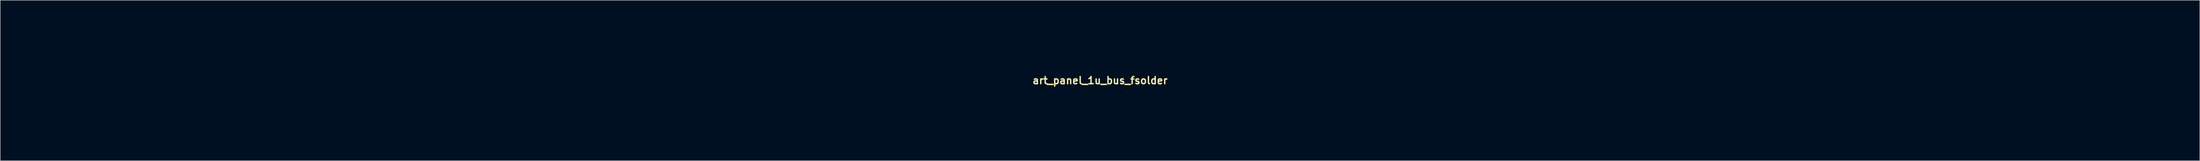
<source format=kicad_pcb>
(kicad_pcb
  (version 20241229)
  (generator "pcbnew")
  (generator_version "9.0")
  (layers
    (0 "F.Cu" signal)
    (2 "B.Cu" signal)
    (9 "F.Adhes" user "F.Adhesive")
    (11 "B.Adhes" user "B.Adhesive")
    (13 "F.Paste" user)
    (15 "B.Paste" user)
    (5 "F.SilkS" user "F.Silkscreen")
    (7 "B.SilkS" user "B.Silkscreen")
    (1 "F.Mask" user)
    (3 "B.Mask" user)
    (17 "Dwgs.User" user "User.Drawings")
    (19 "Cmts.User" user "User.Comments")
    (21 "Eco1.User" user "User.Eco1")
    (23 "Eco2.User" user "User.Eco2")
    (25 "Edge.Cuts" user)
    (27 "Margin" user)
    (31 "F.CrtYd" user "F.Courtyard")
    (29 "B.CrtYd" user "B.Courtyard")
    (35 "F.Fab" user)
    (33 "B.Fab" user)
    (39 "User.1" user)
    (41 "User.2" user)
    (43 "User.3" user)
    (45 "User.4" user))
  (footprint "art_panel_1u_bus_fsolder"
    (layer "F.Cu")
    (at 232.061 14.15)
    (property "Reference" "art_panel_1u_bus_fsolder" (at 0 0 0) (layer "F.SilkS") (effects (font (size 1.524 1.524) (thickness 0.3))))
    (attr through_hole)
    (fp_poly (pts (xy 75.067 8.458) (xy 75.143 8.479) (xy 75.166 8.49) (xy 75.219 8.525) (xy 75.268 8.575) (xy 75.308 8.632) (xy 75.324 8.665) (xy 75.348 8.726) (xy 75.354 11.451) (xy 103.992 11.451) (xy 103.992 12.15) (xy -13.991 12.15) (xy -13.991 11.451) (xy 74.65 11.446) (xy 74.66 8.694) (xy 74.683 8.645) (xy 74.716 8.592) (xy 74.761 8.541) (xy 74.812 8.501) (xy 74.832 8.489) (xy 74.905 8.463) (xy 74.985 8.453) (xy 75.067 8.458)) (stroke (width 0.01) (type solid)) (fill yes) (layer "F.Mask"))
    (fp_poly (pts (xy -44.939 8.457) (xy -44.865 8.479) (xy -44.797 8.516) (xy -44.738 8.567) (xy -44.69 8.633) (xy -44.679 8.655) (xy -44.656 8.705) (xy -44.654 10.078) (xy -44.651 11.451) (xy -16.002 11.451) (xy -16.002 12.15) (xy -133.996 12.15) (xy -133.996 11.451) (xy -89.675 11.449) (xy -45.355 11.446) (xy -45.35 10.075) (xy -45.344 8.705) (xy -45.315 8.644) (xy -45.286 8.598) (xy -45.248 8.552) (xy -45.232 8.537) (xy -45.166 8.49) (xy -45.093 8.462) (xy -45.016 8.451) (xy -44.939 8.457)) (stroke (width 0.01) (type solid)) (fill yes) (layer "F.Mask"))
    (fp_poly (pts (xy 195.068 8.457) (xy 195.143 8.48) (xy 195.211 8.521) (xy 195.23 8.537) (xy 195.268 8.578) (xy 195.302 8.626) (xy 195.312 8.644) (xy 195.342 8.705) (xy 195.342 11.89) (xy 195.314 11.949) (xy 195.269 12.022) (xy 195.208 12.08) (xy 195.147 12.117) (xy 195.088 12.144) (xy 150.545 12.147) (xy 106.003 12.15) (xy 106.003 11.451) (xy 194.648 11.451) (xy 194.651 10.078) (xy 194.654 8.705) (xy 194.677 8.655) (xy 194.72 8.585) (xy 194.776 8.529) (xy 194.842 8.488) (xy 194.915 8.462) (xy 194.991 8.451) (xy 195.068 8.457)) (stroke (width 0.01) (type solid)) (fill yes) (layer "F.Mask"))
    (fp_poly (pts (xy -196.003 -11.451) (xy -224.652 -11.451) (xy -224.655 -10.078) (xy -224.658 -8.705) (xy -224.687 -8.645) (xy -224.733 -8.576) (xy -224.794 -8.518) (xy -224.845 -8.486) (xy -224.895 -8.469) (xy -224.957 -8.459) (xy -225.024 -8.458) (xy -225.088 -8.465) (xy -225.139 -8.479) (xy -225.197 -8.511) (xy -225.253 -8.559) (xy -225.299 -8.617) (xy -225.32 -8.652) (xy -225.346 -8.705) (xy -225.346 -11.89) (xy -225.322 -11.941) (xy -225.283 -12.011) (xy -225.234 -12.064) (xy -225.171 -12.107) (xy -225.169 -12.108) (xy -225.102 -12.144) (xy -210.553 -12.147) (xy -196.003 -12.15) (xy -196.003 -11.451)) (stroke (width 0.01) (type solid)) (fill yes) (layer "F.Mask"))
    (fp_poly (pts (xy -76.01 -11.451) (xy -104.648 -11.451) (xy -104.648 -10.118) (xy -104.648 -9.9) (xy -104.648 -9.702) (xy -104.649 -9.524) (xy -104.649 -9.366) (xy -104.65 -9.227) (xy -104.651 -9.106) (xy -104.652 -9.003) (xy -104.653 -8.917) (xy -104.654 -8.848) (xy -104.656 -8.794) (xy -104.657 -8.757) (xy -104.659 -8.734) (xy -104.66 -8.729) (xy -104.687 -8.646) (xy -104.731 -8.576) (xy -104.791 -8.519) (xy -104.845 -8.487) (xy -104.88 -8.473) (xy -104.917 -8.464) (xy -104.965 -8.46) (xy -104.987 -8.459) (xy -105.032 -8.459) (xy -105.071 -8.461) (xy -105.099 -8.464) (xy -105.103 -8.465) (xy -105.181 -8.501) (xy -105.248 -8.555) (xy -105.302 -8.622) (xy -105.316 -8.647) (xy -105.341 -8.694) (xy -105.344 -10.073) (xy -105.347 -11.451) (xy -193.993 -11.451) (xy -193.993 -12.15) (xy -76.01 -12.15) (xy -76.01 -11.451)) (stroke (width 0.01) (type solid)) (fill yes) (layer "F.Mask"))
    (fp_poly (pts (xy 43.995 -11.451) (xy 15.346 -11.451) (xy 15.346 -10.092) (xy 15.346 -9.894) (xy 15.346 -9.717) (xy 15.346 -9.558) (xy 15.346 -9.418) (xy 15.345 -9.294) (xy 15.345 -9.185) (xy 15.345 -9.091) (xy 15.344 -9.01) (xy 15.344 -8.942) (xy 15.343 -8.884) (xy 15.342 -8.836) (xy 15.341 -8.798) (xy 15.339 -8.766) (xy 15.338 -8.742) (xy 15.336 -8.723) (xy 15.334 -8.708) (xy 15.331 -8.696) (xy 15.328 -8.686) (xy 15.325 -8.678) (xy 15.324 -8.675) (xy 15.288 -8.605) (xy 15.235 -8.544) (xy 15.169 -8.496) (xy 15.164 -8.493) (xy 15.133 -8.477) (xy 15.103 -8.468) (xy 15.068 -8.462) (xy 15.02 -8.459) (xy 15.012 -8.459) (xy 14.958 -8.459) (xy 14.918 -8.462) (xy 14.885 -8.47) (xy 14.866 -8.476) (xy 14.793 -8.517) (xy 14.733 -8.573) (xy 14.688 -8.644) (xy 14.653 -8.715) (xy 14.647 -11.451) (xy -73.999 -11.451) (xy -73.999 -12.15) (xy 43.995 -12.15) (xy 43.995 -11.451)) (stroke (width 0.01) (type solid)) (fill yes) (layer "F.Mask"))
    (fp_poly (pts (xy 90.548 -12.147) (xy 135.091 -12.144) (xy 135.149 -12.117) (xy 135.222 -12.071) (xy 135.281 -12.009) (xy 135.317 -11.949) (xy 135.345 -11.89) (xy 135.345 -8.715) (xy 135.31 -8.644) (xy 135.264 -8.572) (xy 135.206 -8.517) (xy 135.136 -8.479) (xy 135.055 -8.46) (xy 134.998 -8.457) (xy 134.956 -8.459) (xy 134.919 -8.462) (xy 134.895 -8.466) (xy 134.895 -8.466) (xy 134.822 -8.499) (xy 134.757 -8.549) (xy 134.705 -8.612) (xy 134.673 -8.675) (xy 134.67 -8.683) (xy 134.667 -8.692) (xy 134.665 -8.703) (xy 134.663 -8.717) (xy 134.661 -8.734) (xy 134.659 -8.757) (xy 134.657 -8.786) (xy 134.656 -8.822) (xy 134.655 -8.866) (xy 134.654 -8.92) (xy 134.654 -8.984) (xy 134.653 -9.061) (xy 134.653 -9.15) (xy 134.652 -9.253) (xy 134.652 -9.371) (xy 134.652 -9.506) (xy 134.652 -9.658) (xy 134.652 -9.829) (xy 134.652 -10.019) (xy 134.652 -11.451) (xy 46.006 -11.451) (xy 46.006 -12.15) (xy 90.548 -12.147)) (stroke (width 0.01) (type solid)) (fill yes) (layer "F.Mask"))
    (fp_poly (pts (xy -164.937 8.457) (xy -164.861 8.48) (xy -164.792 8.519) (xy -164.733 8.573) (xy -164.687 8.642) (xy -164.686 8.644) (xy -164.661 8.694) (xy -164.655 10.07) (xy -164.65 11.446) (xy -136.006 11.451) (xy -136.006 12.15) (xy -150.529 12.149) (xy -151.084 12.149) (xy -151.633 12.148) (xy -152.177 12.148) (xy -152.716 12.148) (xy -153.248 12.148) (xy -153.773 12.148) (xy -154.291 12.148) (xy -154.803 12.148) (xy -155.306 12.148) (xy -155.801 12.148) (xy -156.288 12.148) (xy -156.766 12.147) (xy -157.235 12.147) (xy -157.694 12.147) (xy -158.143 12.147) (xy -158.581 12.147) (xy -159.009 12.146) (xy -159.425 12.146) (xy -159.831 12.146) (xy -160.224 12.146) (xy -160.604 12.146) (xy -160.972 12.145) (xy -161.327 12.145) (xy -161.669 12.145) (xy -161.996 12.145) (xy -162.31 12.144) (xy -162.608 12.144) (xy -162.892 12.144) (xy -163.16 12.144) (xy -163.413 12.143) (xy -163.649 12.143) (xy -163.869 12.143) (xy -164.072 12.143) (xy -164.257 12.142) (xy -164.425 12.142) (xy -164.575 12.142) (xy -164.706 12.141) (xy -164.818 12.141) (xy -164.911 12.141) (xy -164.985 12.14) (xy -165.039 12.14) (xy -165.072 12.14) (xy -165.084 12.14) (xy -165.084 12.14) (xy -165.164 12.11) (xy -165.233 12.063) (xy -165.289 12.002) (xy -165.297 11.988) (xy -165.305 11.977) (xy -165.312 11.966) (xy -165.318 11.954) (xy -165.324 11.942) (xy -165.329 11.928) (xy -165.333 11.91) (xy -165.337 11.888) (xy -165.34 11.86) (xy -165.343 11.826) (xy -165.346 11.785) (xy -165.348 11.735) (xy -165.349 11.676) (xy -165.351 11.607) (xy -165.351 11.525) (xy -165.352 11.432) (xy -165.353 11.324) (xy -165.353 11.202) (xy -165.353 11.064) (xy -165.353 10.91) (xy -165.352 10.738) (xy -165.352 10.547) (xy -165.352 10.336) (xy -165.352 10.27) (xy -165.349 8.715) (xy -165.321 8.657) (xy -165.28 8.585) (xy -165.229 8.531) (xy -165.176 8.495) (xy -165.097 8.463) (xy -165.017 8.451) (xy -164.937 8.457)) (stroke (width 0.01) (type solid)) (fill yes) (layer "F.Mask"))
    (fp_poly (pts (xy 165.155 -14.115) (xy 165.224 -14.07) (xy 165.282 -14.007) (xy 165.314 -13.957) (xy 165.338 -13.912) (xy 165.341 -11.319) (xy 165.341 -11.038) (xy 165.342 -10.778) (xy 165.342 -10.537) (xy 165.342 -10.315) (xy 165.342 -10.111) (xy 165.342 -9.925) (xy 165.342 -9.754) (xy 165.342 -9.6) (xy 165.342 -9.46) (xy 165.342 -9.334) (xy 165.341 -9.222) (xy 165.34 -9.122) (xy 165.339 -9.034) (xy 165.338 -8.957) (xy 165.336 -8.89) (xy 165.334 -8.832) (xy 165.332 -8.783) (xy 165.329 -8.742) (xy 165.326 -8.708) (xy 165.322 -8.68) (xy 165.318 -8.657) (xy 165.314 -8.639) (xy 165.309 -8.625) (xy 165.304 -8.614) (xy 165.298 -8.606) (xy 165.291 -8.599) (xy 165.284 -8.592) (xy 165.276 -8.586) (xy 165.268 -8.579) (xy 165.259 -8.57) (xy 165.258 -8.569) (xy 165.194 -8.513) (xy 165.142 -8.483) (xy 165.107 -8.469) (xy 165.077 -8.46) (xy 165.045 -8.457) (xy 165.001 -8.457) (xy 164.985 -8.458) (xy 164.91 -8.466) (xy 164.848 -8.484) (xy 164.794 -8.516) (xy 164.752 -8.553) (xy 164.701 -8.617) (xy 164.667 -8.693) (xy 164.656 -8.741) (xy 164.654 -8.759) (xy 164.653 -8.798) (xy 164.652 -8.858) (xy 164.651 -8.939) (xy 164.65 -9.041) (xy 164.649 -9.163) (xy 164.648 -9.305) (xy 164.647 -9.468) (xy 164.647 -9.651) (xy 164.646 -9.854) (xy 164.646 -10.077) (xy 164.645 -10.32) (xy 164.645 -10.583) (xy 164.645 -10.865) (xy 164.645 -11.125) (xy 164.645 -13.451) (xy 104.997 -13.451) (xy 45.35 -13.451) (xy 45.344 -8.715) (xy 45.309 -8.643) (xy 45.263 -8.571) (xy 45.206 -8.517) (xy 45.137 -8.48) (xy 45.056 -8.461) (xy 44.975 -8.458) (xy 44.888 -8.472) (xy 44.814 -8.503) (xy 44.751 -8.552) (xy 44.701 -8.618) (xy 44.686 -8.645) (xy 44.656 -8.705) (xy 44.654 -11.078) (xy 44.651 -13.451) (xy -74.655 -13.451) (xy -74.66 -8.694) (xy -74.688 -8.641) (xy -74.737 -8.57) (xy -74.797 -8.516) (xy -74.869 -8.479) (xy -74.953 -8.46) (xy -74.979 -8.458) (xy -75.07 -8.462) (xy -75.149 -8.483) (xy -75.217 -8.522) (xy -75.273 -8.579) (xy -75.313 -8.643) (xy -75.348 -8.715) (xy -75.351 -11.083) (xy -75.354 -13.451) (xy -194.648 -13.451) (xy -194.651 -11.083) (xy -194.654 -8.715) (xy -194.682 -8.656) (xy -194.726 -8.584) (xy -194.785 -8.525) (xy -194.845 -8.487) (xy -194.88 -8.473) (xy -194.918 -8.464) (xy -194.965 -8.46) (xy -194.987 -8.459) (xy -195.032 -8.459) (xy -195.072 -8.461) (xy -195.099 -8.464) (xy -195.104 -8.465) (xy -195.181 -8.501) (xy -195.249 -8.555) (xy -195.303 -8.622) (xy -195.317 -8.647) (xy -195.342 -8.694) (xy -195.345 -11.284) (xy -195.345 -11.56) (xy -195.345 -11.816) (xy -195.345 -12.052) (xy -195.346 -12.27) (xy -195.346 -12.47) (xy -195.346 -12.652) (xy -195.346 -12.818) (xy -195.346 -12.969) (xy -195.346 -13.104) (xy -195.346 -13.226) (xy -195.345 -13.335) (xy -195.345 -13.431) (xy -195.345 -13.515) (xy -195.344 -13.589) (xy -195.343 -13.653) (xy -195.343 -13.708) (xy -195.342 -13.754) (xy -195.341 -13.793) (xy -195.34 -13.825) (xy -195.339 -13.85) (xy -195.337 -13.871) (xy -195.336 -13.887) (xy -195.334 -13.9) (xy -195.332 -13.91) (xy -195.33 -13.918) (xy -195.328 -13.925) (xy -195.326 -13.931) (xy -195.326 -13.931) (xy -195.289 -14.001) (xy -195.236 -14.062) (xy -195.171 -14.109) (xy -195.159 -14.115) (xy -195.098 -14.145) (xy 165.095 -14.145) (xy 165.155 -14.115)) (stroke (width 0.01) (type solid)) (fill yes) (layer "F.Mask"))
    (fp_poly (pts (xy -224.706 -7.048) (xy -224.435 -7.034) (xy -224.174 -7.01) (xy -223.917 -6.975) (xy -223.658 -6.93) (xy -223.394 -6.873) (xy -223.271 -6.843) (xy -222.902 -6.74) (xy -222.541 -6.617) (xy -222.188 -6.475) (xy -221.844 -6.314) (xy -221.509 -6.136) (xy -221.185 -5.94) (xy -220.873 -5.726) (xy -220.571 -5.496) (xy -220.283 -5.25) (xy -220.007 -4.988) (xy -219.745 -4.711) (xy -219.497 -4.419) (xy -219.265 -4.113) (xy -219.155 -3.956) (xy -218.949 -3.632) (xy -218.761 -3.299) (xy -218.592 -2.959) (xy -218.443 -2.61) (xy -218.313 -2.255) (xy -218.202 -1.894) (xy -218.111 -1.528) (xy -218.04 -1.158) (xy -217.988 -0.784) (xy -217.957 -0.407) (xy -217.946 -0.028) (xy -217.954 0.352) (xy -217.984 0.733) (xy -218.034 1.113) (xy -218.104 1.492) (xy -218.149 1.688) (xy -218.249 2.055) (xy -218.369 2.415) (xy -218.508 2.768) (xy -218.666 3.112) (xy -218.843 3.447) (xy -219.037 3.772) (xy -219.248 4.087) (xy -219.476 4.39) (xy -219.72 4.681) (xy -219.98 4.959) (xy -220.256 5.223) (xy -220.545 5.472) (xy -220.602 5.517) (xy -220.911 5.751) (xy -221.231 5.966) (xy -221.561 6.162) (xy -221.902 6.34) (xy -222.252 6.499) (xy -222.612 6.64) (xy -222.827 6.713) (xy -223.189 6.819) (xy -223.559 6.906) (xy -223.934 6.973) (xy -224.313 7.02) (xy -224.695 7.047) (xy -225.08 7.053) (xy -225.293 7.048) (xy -225.676 7.022) (xy -226.055 6.976) (xy -226.429 6.91) (xy -226.797 6.824) (xy -227.159 6.718) (xy -227.515 6.594) (xy -227.862 6.451) (xy -228.202 6.289) (xy -228.532 6.11) (xy -228.852 5.913) (xy -229.162 5.7) (xy -229.461 5.469) (xy -229.748 5.222) (xy -230.022 4.959) (xy -230.282 4.68) (xy -230.529 4.387) (xy -230.671 4.202) (xy -230.892 3.887) (xy -231.094 3.561) (xy -231.279 3.225) (xy -231.445 2.879) (xy -231.592 2.525) (xy -231.719 2.162) (xy -231.827 1.793) (xy -231.885 1.556) (xy -231.958 1.187) (xy -232.01 0.813) (xy -232.043 0.435) (xy -232.056 0.055) (xy -232.055 0.031) (xy -229.944 0.031) (xy -229.932 0.343) (xy -229.901 0.654) (xy -229.85 0.963) (xy -229.779 1.267) (xy -229.689 1.567) (xy -229.58 1.862) (xy -229.451 2.15) (xy -229.303 2.43) (xy -229.136 2.703) (xy -229.1 2.757) (xy -228.996 2.905) (xy -228.894 3.042) (xy -228.788 3.171) (xy -228.675 3.3) (xy -228.549 3.433) (xy -228.512 3.47) (xy -228.341 3.636) (xy -228.172 3.787) (xy -227.998 3.927) (xy -227.813 4.06) (xy -227.722 4.122) (xy -227.445 4.293) (xy -227.161 4.444) (xy -226.869 4.575) (xy -226.569 4.687) (xy -226.262 4.779) (xy -225.947 4.851) (xy -225.624 4.903) (xy -225.349 4.932) (xy -225.272 4.936) (xy -225.178 4.938) (xy -225.072 4.939) (xy -224.958 4.938) (xy -224.842 4.935) (xy -224.728 4.931) (xy -224.621 4.925) (xy -224.524 4.918) (xy -224.447 4.911) (xy -224.122 4.862) (xy -223.805 4.794) (xy -223.495 4.706) (xy -223.193 4.599) (xy -222.9 4.472) (xy -222.615 4.326) (xy -222.34 4.161) (xy -222.308 4.141) (xy -222.041 3.953) (xy -221.788 3.75) (xy -221.55 3.533) (xy -221.327 3.301) (xy -221.12 3.055) (xy -220.93 2.796) (xy -220.755 2.524) (xy -220.598 2.24) (xy -220.552 2.146) (xy -220.457 1.941) (xy -220.376 1.742) (xy -220.305 1.544) (xy -220.243 1.338) (xy -220.202 1.181) (xy -220.158 0.987) (xy -220.123 0.802) (xy -220.096 0.619) (xy -220.078 0.433) (xy -220.067 0.237) (xy -220.063 0.111) (xy -220.063 -0.157) (xy -220.076 -0.413) (xy -220.102 -0.662) (xy -220.142 -0.91) (xy -220.196 -1.161) (xy -220.207 -1.206) (xy -220.295 -1.513) (xy -220.402 -1.811) (xy -220.526 -2.099) (xy -220.669 -2.378) (xy -220.828 -2.646) (xy -221.003 -2.903) (xy -221.193 -3.148) (xy -221.398 -3.381) (xy -221.617 -3.6) (xy -221.849 -3.805) (xy -222.093 -3.995) (xy -222.349 -4.17) (xy -222.616 -4.329) (xy -222.894 -4.472) (xy -223.18 -4.596) (xy -223.476 -4.703) (xy -223.779 -4.791) (xy -224.048 -4.852) (xy -224.363 -4.903) (xy -224.682 -4.934) (xy -225.002 -4.944) (xy -225.322 -4.934) (xy -225.631 -4.904) (xy -225.948 -4.853) (xy -226.259 -4.782) (xy -226.563 -4.691) (xy -226.859 -4.581) (xy -227.148 -4.453) (xy -227.427 -4.306) (xy -227.697 -4.142) (xy -227.956 -3.96) (xy -228.204 -3.762) (xy -228.44 -3.547) (xy -228.662 -3.317) (xy -228.871 -3.072) (xy -229.059 -2.821) (xy -229.152 -2.682) (xy -229.245 -2.529) (xy -229.337 -2.367) (xy -229.424 -2.203) (xy -229.504 -2.04) (xy -229.572 -1.885) (xy -229.594 -1.831) (xy -229.703 -1.527) (xy -229.791 -1.22) (xy -229.86 -0.909) (xy -229.908 -0.596) (xy -229.936 -0.283) (xy -229.944 0.031) (xy -232.055 0.031) (xy -232.049 -0.325) (xy -232.022 -0.704) (xy -231.975 -1.08) (xy -231.908 -1.452) (xy -231.832 -1.778) (xy -231.725 -2.147) (xy -231.599 -2.508) (xy -231.455 -2.86) (xy -231.291 -3.203) (xy -231.11 -3.536) (xy -230.912 -3.859) (xy -230.697 -4.17) (xy -230.465 -4.469) (xy -230.218 -4.755) (xy -229.956 -5.028) (xy -229.678 -5.287) (xy -229.387 -5.532) (xy -229.081 -5.761) (xy -228.763 -5.974) (xy -228.558 -6.098) (xy -228.218 -6.284) (xy -227.871 -6.45) (xy -227.516 -6.597) (xy -227.154 -6.723) (xy -226.785 -6.83) (xy -226.41 -6.917) (xy -226.124 -6.968) (xy -225.956 -6.993) (xy -225.797 -7.014) (xy -225.642 -7.029) (xy -225.487 -7.04) (xy -225.325 -7.048) (xy -225.152 -7.052) (xy -224.991 -7.053) (xy -224.706 -7.048)) (stroke (width 0.01) (type solid)) (fill yes) (layer "F.Mask"))
    (fp_poly (pts (xy 45.425 -7.043) (xy 45.809 -7.01) (xy 46.048 -6.979) (xy 46.422 -6.914) (xy 46.791 -6.828) (xy 47.155 -6.722) (xy 47.511 -6.598) (xy 47.86 -6.454) (xy 48.201 -6.291) (xy 48.533 -6.111) (xy 48.855 -5.913) (xy 49.166 -5.697) (xy 49.466 -5.465) (xy 49.754 -5.217) (xy 50.028 -4.953) (xy 50.29 -4.673) (xy 50.413 -4.53) (xy 50.651 -4.229) (xy 50.872 -3.916) (xy 51.075 -3.594) (xy 51.259 -3.261) (xy 51.425 -2.919) (xy 51.573 -2.57) (xy 51.701 -2.213) (xy 51.81 -1.849) (xy 51.899 -1.48) (xy 51.968 -1.105) (xy 52.016 -0.727) (xy 52.044 -0.345) (xy 52.048 -0.254) (xy 52.05 0.14) (xy 52.033 0.529) (xy 51.995 0.912) (xy 51.937 1.289) (xy 51.858 1.661) (xy 51.759 2.027) (xy 51.64 2.389) (xy 51.499 2.745) (xy 51.339 3.097) (xy 51.334 3.106) (xy 51.252 3.271) (xy 51.172 3.421) (xy 51.09 3.565) (xy 51.004 3.707) (xy 50.909 3.855) (xy 50.868 3.916) (xy 50.644 4.233) (xy 50.407 4.533) (xy 50.156 4.818) (xy 49.89 5.088) (xy 49.61 5.343) (xy 49.314 5.583) (xy 49.003 5.81) (xy 48.916 5.868) (xy 48.587 6.075) (xy 48.251 6.263) (xy 47.907 6.43) (xy 47.555 6.578) (xy 47.195 6.707) (xy 46.827 6.816) (xy 46.451 6.905) (xy 46.168 6.958) (xy 45.919 6.995) (xy 45.657 7.023) (xy 45.388 7.042) (xy 45.119 7.052) (xy 44.856 7.053) (xy 44.699 7.048) (xy 44.312 7.022) (xy 43.93 6.974) (xy 43.552 6.906) (xy 43.179 6.818) (xy 42.812 6.71) (xy 42.451 6.581) (xy 42.098 6.433) (xy 41.752 6.266) (xy 41.414 6.079) (xy 41.095 5.879) (xy 40.782 5.659) (xy 40.482 5.423) (xy 40.196 5.171) (xy 39.924 4.904) (xy 39.667 4.623) (xy 39.425 4.328) (xy 39.199 4.021) (xy 38.99 3.702) (xy 38.799 3.372) (xy 38.625 3.031) (xy 38.469 2.68) (xy 38.439 2.606) (xy 38.326 2.301) (xy 38.228 1.995) (xy 38.145 1.684) (xy 38.076 1.367) (xy 38.02 1.039) (xy 37.977 0.698) (xy 37.961 0.524) (xy 37.957 0.463) (xy 37.953 0.384) (xy 37.951 0.292) (xy 37.949 0.189) (xy 37.948 0.08) (xy 37.948 0.045) (xy 40.06 0.045) (xy 40.06 0.15) (xy 40.062 0.244) (xy 40.065 0.324) (xy 40.067 0.355) (xy 40.103 0.678) (xy 40.156 0.991) (xy 40.228 1.295) (xy 40.318 1.59) (xy 40.427 1.88) (xy 40.551 2.154) (xy 40.7 2.436) (xy 40.866 2.707) (xy 41.048 2.965) (xy 41.246 3.211) (xy 41.458 3.443) (xy 41.684 3.661) (xy 41.923 3.864) (xy 42.174 4.051) (xy 42.436 4.223) (xy 42.708 4.377) (xy 42.99 4.514) (xy 43.28 4.634) (xy 43.578 4.734) (xy 43.883 4.815) (xy 44.111 4.862) (xy 44.358 4.9) (xy 44.611 4.926) (xy 44.864 4.94) (xy 45.113 4.942) (xy 45.334 4.932) (xy 45.66 4.897) (xy 45.98 4.843) (xy 46.294 4.769) (xy 46.599 4.676) (xy 46.897 4.563) (xy 47.186 4.432) (xy 47.466 4.281) (xy 47.736 4.112) (xy 47.996 3.925) (xy 48.245 3.72) (xy 48.439 3.54) (xy 48.667 3.304) (xy 48.877 3.056) (xy 49.069 2.798) (xy 49.243 2.53) (xy 49.398 2.252) (xy 49.534 1.965) (xy 49.652 1.67) (xy 49.75 1.367) (xy 49.828 1.057) (xy 49.873 0.82) (xy 49.916 0.505) (xy 49.938 0.188) (xy 49.939 -0.13) (xy 49.921 -0.446) (xy 49.883 -0.76) (xy 49.825 -1.071) (xy 49.747 -1.376) (xy 49.651 -1.674) (xy 49.552 -1.924) (xy 49.415 -2.217) (xy 49.261 -2.499) (xy 49.09 -2.769) (xy 48.903 -3.027) (xy 48.701 -3.271) (xy 48.484 -3.502) (xy 48.254 -3.717) (xy 48.01 -3.918) (xy 47.754 -4.103) (xy 47.485 -4.271) (xy 47.206 -4.423) (xy 46.917 -4.556) (xy 46.618 -4.671) (xy 46.551 -4.694) (xy 46.24 -4.786) (xy 45.926 -4.857) (xy 45.609 -4.907) (xy 45.289 -4.936) (xy 44.966 -4.944) (xy 44.64 -4.931) (xy 44.365 -4.904) (xy 44.065 -4.857) (xy 43.766 -4.789) (xy 43.47 -4.702) (xy 43.178 -4.595) (xy 42.893 -4.471) (xy 42.616 -4.33) (xy 42.35 -4.173) (xy 42.097 -4) (xy 42.045 -3.962) (xy 41.902 -3.849) (xy 41.756 -3.726) (xy 41.612 -3.595) (xy 41.475 -3.462) (xy 41.347 -3.33) (xy 41.247 -3.216) (xy 41.042 -2.96) (xy 40.855 -2.693) (xy 40.688 -2.417) (xy 40.54 -2.132) (xy 40.411 -1.839) (xy 40.301 -1.537) (xy 40.21 -1.226) (xy 40.14 -0.908) (xy 40.089 -0.582) (xy 40.084 -0.545) (xy 40.077 -0.473) (xy 40.071 -0.385) (xy 40.067 -0.284) (xy 40.063 -0.176) (xy 40.061 -0.065) (xy 40.06 0.045) (xy 37.948 0.045) (xy 37.948 -0.032) (xy 37.949 -0.142) (xy 37.95 -0.248) (xy 37.952 -0.346) (xy 37.955 -0.432) (xy 37.959 -0.502) (xy 37.961 -0.524) (xy 38.003 -0.921) (xy 38.066 -1.309) (xy 38.148 -1.69) (xy 38.249 -2.062) (xy 38.369 -2.425) (xy 38.509 -2.78) (xy 38.669 -3.127) (xy 38.847 -3.465) (xy 39.045 -3.794) (xy 39.249 -4.096) (xy 39.482 -4.404) (xy 39.728 -4.696) (xy 39.988 -4.973) (xy 40.261 -5.234) (xy 40.546 -5.479) (xy 40.842 -5.707) (xy 41.149 -5.919) (xy 41.467 -6.113) (xy 41.793 -6.29) (xy 42.129 -6.45) (xy 42.472 -6.591) (xy 42.823 -6.715) (xy 43.18 -6.819) (xy 43.543 -6.905) (xy 43.912 -6.972) (xy 44.285 -7.02) (xy 44.662 -7.048) (xy 45.042 -7.055) (xy 45.425 -7.043)) (stroke (width 0.01) (type solid)) (fill yes) (layer "F.Mask"))
    (fp_poly (pts (xy 195.124 -7.052) (xy 195.245 -7.051) (xy 195.354 -7.048) (xy 195.455 -7.043) (xy 195.553 -7.037) (xy 195.654 -7.028) (xy 195.76 -7.017) (xy 195.855 -7.006) (xy 196.235 -6.949) (xy 196.609 -6.872) (xy 196.976 -6.776) (xy 197.337 -6.661) (xy 197.689 -6.527) (xy 198.033 -6.374) (xy 198.368 -6.204) (xy 198.692 -6.016) (xy 199.007 -5.812) (xy 199.31 -5.59) (xy 199.601 -5.353) (xy 199.88 -5.1) (xy 200.145 -4.832) (xy 200.397 -4.549) (xy 200.634 -4.252) (xy 200.856 -3.941) (xy 201.062 -3.616) (xy 201.125 -3.508) (xy 201.306 -3.172) (xy 201.468 -2.827) (xy 201.61 -2.474) (xy 201.733 -2.114) (xy 201.837 -1.748) (xy 201.92 -1.377) (xy 201.983 -1.001) (xy 202.027 -0.621) (xy 202.05 -0.237) (xy 202.052 0.148) (xy 202.033 0.535) (xy 202.03 0.578) (xy 201.989 0.959) (xy 201.928 1.336) (xy 201.846 1.707) (xy 201.745 2.072) (xy 201.624 2.431) (xy 201.485 2.781) (xy 201.327 3.124) (xy 201.152 3.457) (xy 200.958 3.781) (xy 200.747 4.094) (xy 200.519 4.397) (xy 200.275 4.687) (xy 200.015 4.964) (xy 199.739 5.228) (xy 199.447 5.478) (xy 199.398 5.517) (xy 199.088 5.751) (xy 198.768 5.966) (xy 198.438 6.162) (xy 198.098 6.34) (xy 197.748 6.499) (xy 197.387 6.64) (xy 197.172 6.713) (xy 196.811 6.819) (xy 196.443 6.906) (xy 196.068 6.973) (xy 195.69 7.02) (xy 195.309 7.047) (xy 194.926 7.053) (xy 194.712 7.048) (xy 194.329 7.023) (xy 193.951 6.977) (xy 193.578 6.911) (xy 193.21 6.826) (xy 192.85 6.721) (xy 192.497 6.598) (xy 192.151 6.457) (xy 191.815 6.298) (xy 191.487 6.121) (xy 191.17 5.928) (xy 190.863 5.718) (xy 190.567 5.492) (xy 190.283 5.25) (xy 190.012 4.993) (xy 189.754 4.722) (xy 189.51 4.436) (xy 189.281 4.136) (xy 189.066 3.822) (xy 188.868 3.495) (xy 188.686 3.156) (xy 188.682 3.147) (xy 188.521 2.803) (xy 188.381 2.452) (xy 188.259 2.095) (xy 188.158 1.732) (xy 188.076 1.364) (xy 188.014 0.994) (xy 187.971 0.62) (xy 187.948 0.245) (xy 187.946 0.023) (xy 190.057 0.023) (xy 190.068 0.34) (xy 190.1 0.656) (xy 190.136 0.889) (xy 190.19 1.143) (xy 190.26 1.401) (xy 190.344 1.658) (xy 190.44 1.907) (xy 190.546 2.144) (xy 190.57 2.194) (xy 190.708 2.452) (xy 190.858 2.696) (xy 191.021 2.928) (xy 191.2 3.153) (xy 191.397 3.372) (xy 191.505 3.483) (xy 191.636 3.611) (xy 191.759 3.725) (xy 191.878 3.828) (xy 191.999 3.925) (xy 192.124 4.017) (xy 192.258 4.11) (xy 192.31 4.144) (xy 192.58 4.308) (xy 192.86 4.454) (xy 193.149 4.582) (xy 193.446 4.691) (xy 193.749 4.78) (xy 194.057 4.851) (xy 194.368 4.902) (xy 194.682 4.933) (xy 194.997 4.943) (xy 195.312 4.932) (xy 195.326 4.932) (xy 195.65 4.899) (xy 195.968 4.845) (xy 196.281 4.772) (xy 196.586 4.679) (xy 196.884 4.567) (xy 197.174 4.436) (xy 197.455 4.286) (xy 197.726 4.118) (xy 197.987 3.932) (xy 198.237 3.729) (xy 198.474 3.508) (xy 198.497 3.486) (xy 198.719 3.247) (xy 198.925 2.998) (xy 199.112 2.737) (xy 199.281 2.466) (xy 199.431 2.185) (xy 199.563 1.894) (xy 199.676 1.594) (xy 199.77 1.286) (xy 199.845 0.969) (xy 199.9 0.645) (xy 199.915 0.529) (xy 199.922 0.452) (xy 199.928 0.359) (xy 199.933 0.254) (xy 199.936 0.142) (xy 199.938 0.028) (xy 199.938 -0.083) (xy 199.937 -0.187) (xy 199.934 -0.279) (xy 199.931 -0.339) (xy 199.896 -0.667) (xy 199.841 -0.989) (xy 199.767 -1.303) (xy 199.673 -1.609) (xy 199.56 -1.907) (xy 199.428 -2.196) (xy 199.278 -2.475) (xy 199.108 -2.746) (xy 198.92 -3.006) (xy 198.714 -3.255) (xy 198.491 -3.493) (xy 198.252 -3.717) (xy 198.002 -3.924) (xy 197.742 -4.112) (xy 197.471 -4.281) (xy 197.191 -4.432) (xy 196.901 -4.564) (xy 196.602 -4.678) (xy 196.294 -4.772) (xy 195.977 -4.847) (xy 195.652 -4.902) (xy 195.538 -4.917) (xy 195.464 -4.924) (xy 195.374 -4.93) (xy 195.271 -4.934) (xy 195.161 -4.938) (xy 195.048 -4.94) (xy 194.937 -4.941) (xy 194.832 -4.94) (xy 194.737 -4.937) (xy 194.657 -4.933) (xy 194.649 -4.933) (xy 194.323 -4.898) (xy 194.005 -4.844) (xy 193.696 -4.77) (xy 193.393 -4.677) (xy 193.096 -4.564) (xy 192.844 -4.45) (xy 192.56 -4.299) (xy 192.287 -4.132) (xy 192.027 -3.948) (xy 191.779 -3.748) (xy 191.546 -3.534) (xy 191.326 -3.305) (xy 191.122 -3.063) (xy 190.933 -2.808) (xy 190.76 -2.541) (xy 190.605 -2.264) (xy 190.468 -1.976) (xy 190.349 -1.679) (xy 190.298 -1.532) (xy 190.21 -1.231) (xy 190.142 -0.923) (xy 190.094 -0.611) (xy 190.065 -0.295) (xy 190.057 0.023) (xy 187.946 0.023) (xy 187.945 -0.131) (xy 187.962 -0.506) (xy 187.998 -0.881) (xy 188.054 -1.253) (xy 188.13 -1.623) (xy 188.226 -1.988) (xy 188.342 -2.349) (xy 188.478 -2.704) (xy 188.507 -2.773) (xy 188.669 -3.124) (xy 188.848 -3.464) (xy 189.045 -3.793) (xy 189.259 -4.109) (xy 189.489 -4.413) (xy 189.735 -4.704) (xy 189.997 -4.981) (xy 190.273 -5.244) (xy 190.565 -5.492) (xy 190.87 -5.725) (xy 191.189 -5.943) (xy 191.522 -6.144) (xy 191.738 -6.263) (xy 192.049 -6.415) (xy 192.373 -6.554) (xy 192.707 -6.677) (xy 193.05 -6.784) (xy 193.397 -6.874) (xy 193.746 -6.947) (xy 194.093 -7) (xy 194.223 -7.016) (xy 194.344 -7.028) (xy 194.461 -7.038) (xy 194.58 -7.044) (xy 194.706 -7.049) (xy 194.842 -7.052) (xy 194.987 -7.053) (xy 195.124 -7.052)) (stroke (width 0.01) (type solid)) (fill yes) (layer "F.Mask"))
    (fp_poly (pts (xy -104.44 -7.035) (xy -104.402 -7.032) (xy -104.018 -6.989) (xy -103.639 -6.926) (xy -103.266 -6.842) (xy -102.899 -6.739) (xy -102.539 -6.616) (xy -102.187 -6.474) (xy -101.843 -6.314) (xy -101.508 -6.135) (xy -101.183 -5.938) (xy -100.868 -5.724) (xy -100.565 -5.492) (xy -100.274 -5.243) (xy -100.027 -5.008) (xy -99.758 -4.727) (xy -99.508 -4.433) (xy -99.274 -4.129) (xy -99.059 -3.813) (xy -98.862 -3.488) (xy -98.684 -3.152) (xy -98.524 -2.806) (xy -98.383 -2.452) (xy -98.26 -2.089) (xy -98.157 -1.718) (xy -98.074 -1.339) (xy -98.01 -0.953) (xy -97.975 -0.656) (xy -97.964 -0.516) (xy -97.956 -0.36) (xy -97.951 -0.193) (xy -97.95 -0.018) (xy -97.952 0.16) (xy -97.957 0.335) (xy -97.965 0.504) (xy -97.977 0.662) (xy -97.986 0.761) (xy -98.038 1.142) (xy -98.11 1.516) (xy -98.201 1.884) (xy -98.312 2.245) (xy -98.44 2.598) (xy -98.587 2.942) (xy -98.752 3.277) (xy -98.933 3.602) (xy -99.131 3.917) (xy -99.345 4.22) (xy -99.575 4.512) (xy -99.82 4.792) (xy -100.08 5.058) (xy -100.354 5.311) (xy -100.641 5.55) (xy -100.942 5.773) (xy -101.255 5.981) (xy -101.581 6.173) (xy -101.919 6.348) (xy -102.268 6.506) (xy -102.351 6.54) (xy -102.712 6.675) (xy -103.079 6.789) (xy -103.451 6.883) (xy -103.828 6.956) (xy -104.21 7.009) (xy -104.596 7.042) (xy -104.987 7.053) (xy -105.167 7.052) (xy -105.548 7.034) (xy -105.925 6.995) (xy -106.299 6.936) (xy -106.667 6.857) (xy -107.029 6.759) (xy -107.385 6.642) (xy -107.734 6.506) (xy -108.074 6.353) (xy -108.406 6.181) (xy -108.729 5.992) (xy -109.041 5.786) (xy -109.342 5.563) (xy -109.632 5.324) (xy -109.91 5.069) (xy -110.175 4.799) (xy -110.426 4.514) (xy -110.662 4.214) (xy -110.866 3.926) (xy -111.072 3.6) (xy -111.259 3.266) (xy -111.427 2.922) (xy -111.575 2.57) (xy -111.704 2.21) (xy -111.813 1.841) (xy -111.904 1.464) (xy -111.974 1.08) (xy -111.987 0.992) (xy -112.004 0.873) (xy -112.017 0.764) (xy -112.028 0.66) (xy -112.036 0.556) (xy -112.042 0.45) (xy -112.046 0.337) (xy -112.049 0.212) (xy -112.05 0.072) (xy -112.05 0.011) (xy -109.944 0.011) (xy -109.932 0.331) (xy -109.9 0.652) (xy -109.846 0.973) (xy -109.844 0.984) (xy -109.771 1.294) (xy -109.678 1.597) (xy -109.566 1.893) (xy -109.435 2.18) (xy -109.287 2.458) (xy -109.121 2.726) (xy -108.938 2.984) (xy -108.738 3.229) (xy -108.523 3.462) (xy -108.293 3.682) (xy -108.048 3.888) (xy -107.789 4.078) (xy -107.608 4.197) (xy -107.534 4.242) (xy -107.444 4.292) (xy -107.345 4.346) (xy -107.24 4.4) (xy -107.134 4.453) (xy -107.031 4.503) (xy -106.936 4.547) (xy -106.853 4.582) (xy -106.828 4.593) (xy -106.528 4.7) (xy -106.222 4.788) (xy -105.912 4.856) (xy -105.6 4.905) (xy -105.287 4.934) (xy -104.975 4.943) (xy -104.68 4.932) (xy -104.354 4.899) (xy -104.034 4.845) (xy -103.721 4.772) (xy -103.414 4.68) (xy -103.116 4.568) (xy -102.826 4.436) (xy -102.545 4.286) (xy -102.273 4.118) (xy -102.011 3.931) (xy -101.761 3.726) (xy -101.562 3.543) (xy -101.338 3.311) (xy -101.13 3.066) (xy -100.939 2.809) (xy -100.765 2.54) (xy -100.608 2.261) (xy -100.471 1.972) (xy -100.352 1.675) (xy -100.252 1.371) (xy -100.24 1.329) (xy -100.165 1.022) (xy -100.109 0.71) (xy -100.074 0.395) (xy -100.059 0.078) (xy -100.064 -0.239) (xy -100.089 -0.555) (xy -100.134 -0.869) (xy -100.199 -1.178) (xy -100.284 -1.482) (xy -100.308 -1.555) (xy -100.42 -1.857) (xy -100.551 -2.151) (xy -100.7 -2.435) (xy -100.867 -2.707) (xy -101.051 -2.968) (xy -101.251 -3.216) (xy -101.28 -3.249) (xy -101.505 -3.49) (xy -101.742 -3.713) (xy -101.991 -3.919) (xy -102.251 -4.106) (xy -102.521 -4.276) (xy -102.8 -4.427) (xy -103.089 -4.56) (xy -103.387 -4.673) (xy -103.693 -4.768) (xy -104.006 -4.843) (xy -104.327 -4.898) (xy -104.648 -4.933) (xy -104.721 -4.937) (xy -104.81 -4.939) (xy -104.91 -4.94) (xy -105.017 -4.94) (xy -105.127 -4.939) (xy -105.235 -4.936) (xy -105.338 -4.932) (xy -105.43 -4.927) (xy -105.508 -4.921) (xy -105.548 -4.916) (xy -105.869 -4.868) (xy -106.179 -4.802) (xy -106.479 -4.719) (xy -106.77 -4.618) (xy -107.054 -4.498) (xy -107.333 -4.36) (xy -107.442 -4.299) (xy -107.701 -4.141) (xy -107.952 -3.964) (xy -108.194 -3.77) (xy -108.425 -3.56) (xy -108.643 -3.337) (xy -108.847 -3.102) (xy -109.033 -2.857) (xy -109.138 -2.703) (xy -109.307 -2.426) (xy -109.456 -2.141) (xy -109.586 -1.849) (xy -109.696 -1.55) (xy -109.786 -1.246) (xy -109.856 -0.937) (xy -109.905 -0.624) (xy -109.935 -0.308) (xy -109.944 0.011) (xy -112.05 0.011) (xy -112.05 0.005) (xy -112.05 -0.121) (xy -112.05 -0.229) (xy -112.048 -0.325) (xy -112.045 -0.412) (xy -112.041 -0.493) (xy -112.035 -0.574) (xy -112.027 -0.658) (xy -112.018 -0.748) (xy -112.006 -0.85) (xy -112.003 -0.874) (xy -111.947 -1.248) (xy -111.871 -1.618) (xy -111.775 -1.984) (xy -111.659 -2.344) (xy -111.523 -2.698) (xy -111.369 -3.045) (xy -111.197 -3.383) (xy -111.006 -3.711) (xy -110.798 -4.029) (xy -110.573 -4.335) (xy -110.507 -4.419) (xy -110.289 -4.677) (xy -110.054 -4.929) (xy -109.805 -5.171) (xy -109.548 -5.4) (xy -109.411 -5.513) (xy -109.106 -5.744) (xy -108.79 -5.957) (xy -108.463 -6.153) (xy -108.128 -6.329) (xy -107.784 -6.488) (xy -107.432 -6.627) (xy -107.074 -6.748) (xy -106.709 -6.849) (xy -106.34 -6.93) (xy -105.965 -6.992) (xy -105.587 -7.033) (xy -105.207 -7.055) (xy -104.824 -7.055) (xy -104.44 -7.035)) (stroke (width 0.01) (type solid)) (fill yes) (layer "F.Mask"))
    (fp_poly (pts (xy -44.936 -7.052) (xy -44.822 -7.051) (xy -44.715 -7.05) (xy -44.618 -7.047) (xy -44.534 -7.043) (xy -44.476 -7.04) (xy -44.084 -6.998) (xy -43.699 -6.936) (xy -43.32 -6.855) (xy -42.95 -6.754) (xy -42.587 -6.634) (xy -42.232 -6.495) (xy -41.886 -6.336) (xy -41.548 -6.158) (xy -41.354 -6.045) (xy -41.027 -5.834) (xy -40.714 -5.608) (xy -40.414 -5.366) (xy -40.129 -5.109) (xy -39.86 -4.838) (xy -39.606 -4.553) (xy -39.367 -4.254) (xy -39.145 -3.943) (xy -38.94 -3.619) (xy -38.753 -3.284) (xy -38.582 -2.937) (xy -38.51 -2.773) (xy -38.369 -2.418) (xy -38.249 -2.056) (xy -38.148 -1.689) (xy -38.068 -1.317) (xy -38.008 -0.94) (xy -37.968 -0.561) (xy -37.948 -0.18) (xy -37.949 0.203) (xy -37.971 0.587) (xy -38.013 0.97) (xy -38.074 1.344) (xy -38.156 1.715) (xy -38.258 2.081) (xy -38.38 2.441) (xy -38.521 2.794) (xy -38.681 3.139) (xy -38.859 3.474) (xy -39.055 3.801) (xy -39.269 4.116) (xy -39.501 4.421) (xy -39.749 4.713) (xy -39.869 4.844) (xy -40.138 5.114) (xy -40.422 5.369) (xy -40.72 5.609) (xy -41.029 5.832) (xy -41.35 6.038) (xy -41.682 6.227) (xy -42.023 6.397) (xy -42.373 6.549) (xy -42.73 6.681) (xy -42.9 6.736) (xy -43.186 6.818) (xy -43.481 6.889) (xy -43.778 6.948) (xy -44.075 6.993) (xy -44.365 7.025) (xy -44.646 7.043) (xy -44.652 7.043) (xy -44.755 7.047) (xy -44.84 7.049) (xy -44.911 7.051) (xy -44.973 7.053) (xy -45.028 7.053) (xy -45.08 7.053) (xy -45.134 7.052) (xy -45.192 7.05) (xy -45.258 7.048) (xy -45.265 7.048) (xy -45.647 7.024) (xy -46.027 6.98) (xy -46.403 6.915) (xy -46.774 6.829) (xy -47.14 6.724) (xy -47.499 6.599) (xy -47.852 6.455) (xy -48.197 6.292) (xy -48.534 6.109) (xy -48.861 5.908) (xy -49.128 5.725) (xy -49.427 5.497) (xy -49.715 5.252) (xy -49.991 4.99) (xy -50.252 4.714) (xy -50.499 4.424) (xy -50.729 4.123) (xy -50.942 3.811) (xy -50.946 3.805) (xy -51.143 3.477) (xy -51.322 3.141) (xy -51.481 2.796) (xy -51.621 2.444) (xy -51.743 2.085) (xy -51.844 1.721) (xy -51.926 1.351) (xy -51.989 0.978) (xy -52.031 0.601) (xy -52.054 0.223) (xy -52.055 -0.034) (xy -49.943 -0.034) (xy -49.942 0.15) (xy -49.934 0.321) (xy -49.933 0.34) (xy -49.899 0.664) (xy -49.845 0.983) (xy -49.771 1.295) (xy -49.677 1.601) (xy -49.564 1.899) (xy -49.432 2.188) (xy -49.282 2.468) (xy -49.113 2.739) (xy -48.926 2.999) (xy -48.722 3.248) (xy -48.5 3.485) (xy -48.492 3.493) (xy -48.253 3.716) (xy -48.004 3.922) (xy -47.743 4.109) (xy -47.473 4.278) (xy -47.192 4.429) (xy -46.902 4.561) (xy -46.603 4.674) (xy -46.296 4.768) (xy -45.98 4.842) (xy -45.657 4.898) (xy -45.35 4.931) (xy -45.287 4.935) (xy -45.207 4.937) (xy -45.115 4.938) (xy -45.015 4.937) (xy -44.91 4.936) (xy -44.806 4.934) (xy -44.706 4.93) (xy -44.615 4.926) (xy -44.537 4.92) (xy -44.492 4.916) (xy -44.166 4.87) (xy -43.848 4.805) (xy -43.537 4.72) (xy -43.234 4.615) (xy -42.94 4.491) (xy -42.654 4.348) (xy -42.377 4.185) (xy -42.11 4.004) (xy -41.852 3.804) (xy -41.741 3.709) (xy -41.68 3.654) (xy -41.61 3.587) (xy -41.534 3.512) (xy -41.457 3.434) (xy -41.381 3.355) (xy -41.311 3.28) (xy -41.25 3.213) (xy -41.213 3.17) (xy -41.012 2.913) (xy -40.83 2.646) (xy -40.666 2.369) (xy -40.521 2.085) (xy -40.396 1.792) (xy -40.289 1.493) (xy -40.203 1.187) (xy -40.136 0.876) (xy -40.09 0.56) (xy -40.064 0.24) (xy -40.058 0) (xy -40.068 -0.32) (xy -40.1 -0.638) (xy -40.151 -0.953) (xy -40.222 -1.262) (xy -40.313 -1.567) (xy -40.423 -1.864) (xy -40.552 -2.154) (xy -40.699 -2.435) (xy -40.865 -2.706) (xy -41.042 -2.958) (xy -41.246 -3.211) (xy -41.463 -3.449) (xy -41.695 -3.671) (xy -41.938 -3.878) (xy -42.194 -4.067) (xy -42.46 -4.24) (xy -42.737 -4.395) (xy -43.024 -4.531) (xy -43.319 -4.65) (xy -43.622 -4.749) (xy -43.932 -4.828) (xy -44.069 -4.856) (xy -44.24 -4.887) (xy -44.403 -4.91) (xy -44.564 -4.926) (xy -44.728 -4.936) (xy -44.902 -4.94) (xy -45.09 -4.939) (xy -45.096 -4.939) (xy -45.345 -4.93) (xy -45.58 -4.91) (xy -45.806 -4.88) (xy -46.028 -4.838) (xy -46.252 -4.784) (xy -46.483 -4.716) (xy -46.567 -4.689) (xy -46.843 -4.588) (xy -47.105 -4.475) (xy -47.358 -4.346) (xy -47.607 -4.2) (xy -47.697 -4.142) (xy -47.961 -3.956) (xy -48.212 -3.755) (xy -48.448 -3.54) (xy -48.669 -3.311) (xy -48.874 -3.07) (xy -49.062 -2.816) (xy -49.234 -2.552) (xy -49.389 -2.278) (xy -49.525 -1.994) (xy -49.644 -1.702) (xy -49.743 -1.402) (xy -49.823 -1.094) (xy -49.883 -0.781) (xy -49.885 -0.774) (xy -49.908 -0.601) (xy -49.925 -0.416) (xy -49.937 -0.225) (xy -49.943 -0.034) (xy -52.055 -0.034) (xy -52.056 -0.157) (xy -52.038 -0.538) (xy -51.999 -0.917) (xy -51.939 -1.296) (xy -51.921 -1.392) (xy -51.835 -1.765) (xy -51.731 -2.13) (xy -51.607 -2.488) (xy -51.465 -2.837) (xy -51.305 -3.176) (xy -51.128 -3.506) (xy -50.934 -3.825) (xy -50.724 -4.132) (xy -50.499 -4.428) (xy -50.258 -4.712) (xy -50.002 -4.983) (xy -49.733 -5.239) (xy -49.45 -5.482) (xy -49.154 -5.71) (xy -48.845 -5.922) (xy -48.525 -6.118) (xy -48.193 -6.297) (xy -47.851 -6.459) (xy -47.498 -6.603) (xy -47.295 -6.676) (xy -46.967 -6.78) (xy -46.637 -6.867) (xy -46.302 -6.937) (xy -45.959 -6.993) (xy -45.603 -7.033) (xy -45.524 -7.04) (xy -45.456 -7.044) (xy -45.371 -7.047) (xy -45.273 -7.05) (xy -45.165 -7.052) (xy -45.051 -7.052) (xy -44.936 -7.052)) (stroke (width 0.01) (type solid)) (fill yes) (layer "F.Mask"))
    (fp_poly (pts (xy -14.797 -7.054) (xy -14.408 -7.032) (xy -14.018 -6.989) (xy -13.949 -6.979) (xy -13.576 -6.914) (xy -13.208 -6.828) (xy -12.846 -6.723) (xy -12.49 -6.598) (xy -12.141 -6.454) (xy -11.799 -6.291) (xy -11.467 -6.111) (xy -11.145 -5.912) (xy -10.833 -5.697) (xy -10.533 -5.464) (xy -10.244 -5.215) (xy -9.97 -4.951) (xy -9.884 -4.863) (xy -9.626 -4.575) (xy -9.385 -4.276) (xy -9.161 -3.965) (xy -8.955 -3.644) (xy -8.767 -3.312) (xy -8.597 -2.971) (xy -8.447 -2.621) (xy -8.315 -2.263) (xy -8.203 -1.898) (xy -8.11 -1.526) (xy -8.039 -1.154) (xy -7.99 -0.792) (xy -7.959 -0.424) (xy -7.947 -0.052) (xy -7.954 0.319) (xy -7.98 0.688) (xy -7.991 0.799) (xy -8.045 1.18) (xy -8.119 1.557) (xy -8.214 1.93) (xy -8.329 2.3) (xy -8.457 2.644) (xy -8.492 2.726) (xy -8.534 2.822) (xy -8.583 2.928) (xy -8.636 3.04) (xy -8.692 3.153) (xy -8.747 3.264) (xy -8.801 3.369) (xy -8.851 3.462) (xy -8.895 3.541) (xy -8.901 3.551) (xy -9.107 3.881) (xy -9.329 4.198) (xy -9.566 4.501) (xy -9.819 4.789) (xy -10.085 5.063) (xy -10.366 5.321) (xy -10.659 5.563) (xy -10.965 5.789) (xy -11.284 5.999) (xy -11.614 6.191) (xy -11.955 6.365) (xy -12.306 6.521) (xy -12.393 6.556) (xy -12.75 6.688) (xy -13.11 6.798) (xy -13.473 6.889) (xy -13.84 6.959) (xy -14.213 7.01) (xy -14.592 7.04) (xy -14.978 7.051) (xy -15.261 7.047) (xy -15.64 7.025) (xy -16.016 6.981) (xy -16.39 6.917) (xy -16.759 6.833) (xy -17.124 6.729) (xy -17.482 6.606) (xy -17.834 6.463) (xy -18.178 6.302) (xy -18.513 6.121) (xy -18.838 5.923) (xy -18.918 5.87) (xy -19.233 5.647) (xy -19.534 5.408) (xy -19.82 5.156) (xy -20.09 4.889) (xy -20.346 4.609) (xy -20.585 4.317) (xy -20.807 4.013) (xy -21.013 3.697) (xy -21.202 3.372) (xy -21.373 3.036) (xy -21.526 2.692) (xy -21.66 2.339) (xy -21.776 1.978) (xy -21.872 1.61) (xy -21.948 1.235) (xy -22.005 0.855) (xy -22.013 0.788) (xy -22.04 0.467) (xy -22.054 0.137) (xy -22.053 -0.035) (xy -19.945 -0.035) (xy -19.937 0.281) (xy -19.908 0.596) (xy -19.86 0.91) (xy -19.791 1.221) (xy -19.702 1.53) (xy -19.595 1.826) (xy -19.558 1.916) (xy -19.511 2.019) (xy -19.458 2.129) (xy -19.402 2.242) (xy -19.344 2.353) (xy -19.288 2.455) (xy -19.236 2.545) (xy -19.236 2.545) (xy -19.078 2.79) (xy -18.909 3.021) (xy -18.725 3.242) (xy -18.524 3.458) (xy -18.49 3.493) (xy -18.25 3.717) (xy -18 3.923) (xy -17.739 4.111) (xy -17.468 4.281) (xy -17.187 4.432) (xy -16.897 4.564) (xy -16.599 4.677) (xy -16.293 4.77) (xy -15.978 4.844) (xy -15.657 4.898) (xy -15.346 4.932) (xy -15.282 4.935) (xy -15.201 4.937) (xy -15.107 4.938) (xy -15.006 4.937) (xy -14.901 4.936) (xy -14.796 4.933) (xy -14.697 4.93) (xy -14.607 4.925) (xy -14.53 4.92) (xy -14.49 4.916) (xy -14.164 4.87) (xy -13.845 4.804) (xy -13.533 4.718) (xy -13.23 4.613) (xy -12.935 4.488) (xy -12.649 4.344) (xy -12.371 4.181) (xy -12.103 3.999) (xy -11.844 3.798) (xy -11.791 3.754) (xy -11.734 3.704) (xy -11.667 3.641) (xy -11.594 3.571) (xy -11.517 3.496) (xy -11.441 3.419) (xy -11.369 3.344) (xy -11.305 3.275) (xy -11.251 3.215) (xy -11.23 3.191) (xy -11.031 2.937) (xy -10.851 2.679) (xy -10.69 2.414) (xy -10.548 2.141) (xy -10.422 1.858) (xy -10.32 1.583) (xy -10.227 1.28) (xy -10.155 0.971) (xy -10.102 0.658) (xy -10.07 0.342) (xy -10.058 0.024) (xy -10.066 -0.294) (xy -10.095 -0.611) (xy -10.13 -0.841) (xy -10.195 -1.159) (xy -10.281 -1.47) (xy -10.387 -1.773) (xy -10.512 -2.068) (xy -10.656 -2.355) (xy -10.819 -2.634) (xy -11.002 -2.903) (xy -11.087 -3.018) (xy -11.197 -3.153) (xy -11.321 -3.294) (xy -11.455 -3.437) (xy -11.595 -3.576) (xy -11.736 -3.707) (xy -11.874 -3.825) (xy -11.912 -3.856) (xy -12.171 -4.051) (xy -12.437 -4.226) (xy -12.712 -4.383) (xy -12.996 -4.52) (xy -13.289 -4.639) (xy -13.591 -4.739) (xy -13.904 -4.82) (xy -14.227 -4.883) (xy -14.467 -4.918) (xy -14.538 -4.925) (xy -14.626 -4.93) (xy -14.728 -4.934) (xy -14.838 -4.937) (xy -14.955 -4.938) (xy -15.073 -4.938) (xy -15.188 -4.936) (xy -15.297 -4.934) (xy -15.396 -4.929) (xy -15.481 -4.924) (xy -15.536 -4.918) (xy -15.868 -4.868) (xy -16.191 -4.798) (xy -16.503 -4.71) (xy -16.806 -4.603) (xy -17.1 -4.477) (xy -17.383 -4.333) (xy -17.656 -4.17) (xy -17.919 -3.989) (xy -18.172 -3.789) (xy -18.415 -3.57) (xy -18.446 -3.541) (xy -18.664 -3.315) (xy -18.863 -3.083) (xy -19.045 -2.841) (xy -19.212 -2.587) (xy -19.365 -2.319) (xy -19.437 -2.177) (xy -19.57 -1.884) (xy -19.683 -1.586) (xy -19.775 -1.283) (xy -19.848 -0.975) (xy -19.9 -0.664) (xy -19.933 -0.35) (xy -19.945 -0.035) (xy -22.053 -0.035) (xy -22.052 -0.196) (xy -22.037 -0.526) (xy -22.007 -0.85) (xy -21.986 -1.005) (xy -21.921 -1.386) (xy -21.836 -1.76) (xy -21.731 -2.128) (xy -21.606 -2.49) (xy -21.462 -2.843) (xy -21.299 -3.189) (xy -21.117 -3.526) (xy -20.916 -3.853) (xy -20.697 -4.17) (xy -20.46 -4.477) (xy -20.357 -4.6) (xy -20.297 -4.669) (xy -20.224 -4.748) (xy -20.143 -4.834) (xy -20.058 -4.922) (xy -19.972 -5.01) (xy -19.888 -5.093) (xy -19.811 -5.167) (xy -19.764 -5.211) (xy -19.478 -5.459) (xy -19.178 -5.691) (xy -18.866 -5.908) (xy -18.543 -6.107) (xy -18.209 -6.289) (xy -17.868 -6.452) (xy -17.518 -6.596) (xy -17.163 -6.721) (xy -17.085 -6.745) (xy -16.711 -6.849) (xy -16.334 -6.932) (xy -15.953 -6.994) (xy -15.57 -7.035) (xy -15.185 -7.055) (xy -14.797 -7.054)) (stroke (width 0.01) (type solid)) (fill yes) (layer "F.Mask"))
    (fp_poly (pts (xy -134.83 -7.052) (xy -134.719 -7.05) (xy -134.618 -7.047) (xy -134.532 -7.043) (xy -134.482 -7.04) (xy -134.096 -6.998) (xy -133.722 -6.939) (xy -133.36 -6.865) (xy -133.008 -6.773) (xy -132.664 -6.664) (xy -132.328 -6.536) (xy -131.999 -6.391) (xy -131.674 -6.227) (xy -131.381 -6.061) (xy -131.059 -5.856) (xy -130.749 -5.635) (xy -130.453 -5.399) (xy -130.172 -5.148) (xy -129.904 -4.883) (xy -129.652 -4.605) (xy -129.415 -4.314) (xy -129.194 -4.012) (xy -128.989 -3.698) (xy -128.802 -3.374) (xy -128.631 -3.041) (xy -128.479 -2.698) (xy -128.344 -2.348) (xy -128.229 -1.99) (xy -128.133 -1.625) (xy -128.056 -1.255) (xy -128 -0.879) (xy -127.995 -0.841) (xy -127.967 -0.536) (xy -127.951 -0.224) (xy -127.948 0.091) (xy -127.958 0.403) (xy -127.98 0.707) (xy -128.001 0.89) (xy -128.06 1.272) (xy -128.14 1.649) (xy -128.239 2.019) (xy -128.358 2.382) (xy -128.496 2.737) (xy -128.653 3.084) (xy -128.829 3.422) (xy -129.022 3.75) (xy -129.234 4.068) (xy -129.463 4.374) (xy -129.709 4.669) (xy -129.973 4.951) (xy -130.011 4.99) (xy -130.291 5.255) (xy -130.583 5.503) (xy -130.887 5.734) (xy -131.203 5.947) (xy -131.528 6.143) (xy -131.864 6.321) (xy -132.209 6.481) (xy -132.562 6.621) (xy -132.922 6.743) (xy -133.289 6.845) (xy -133.662 6.927) (xy -134.041 6.989) (xy -134.274 7.017) (xy -134.332 7.022) (xy -134.403 7.028) (xy -134.483 7.033) (xy -134.569 7.038) (xy -134.657 7.043) (xy -134.744 7.048) (xy -134.827 7.052) (xy -134.903 7.055) (xy -134.967 7.057) (xy -135.017 7.057) (xy -135.049 7.057) (xy -135.073 7.056) (xy -135.111 7.054) (xy -135.159 7.053) (xy -135.191 7.052) (xy -135.573 7.032) (xy -135.952 6.991) (xy -136.327 6.93) (xy -136.699 6.848) (xy -137.065 6.747) (xy -137.425 6.627) (xy -137.778 6.487) (xy -138.123 6.328) (xy -138.46 6.151) (xy -138.787 5.955) (xy -139.104 5.742) (xy -139.398 5.52) (xy -139.694 5.271) (xy -139.974 5.007) (xy -140.239 4.729) (xy -140.489 4.437) (xy -140.722 4.133) (xy -140.938 3.815) (xy -141.137 3.487) (xy -141.318 3.147) (xy -141.481 2.797) (xy -141.493 2.769) (xy -141.633 2.415) (xy -141.754 2.053) (xy -141.854 1.687) (xy -141.934 1.315) (xy -141.995 0.94) (xy -142.035 0.561) (xy -142.054 0.181) (xy -142.054 0.06) (xy -139.943 0.06) (xy -139.929 0.377) (xy -139.895 0.693) (xy -139.841 1.006) (xy -139.766 1.315) (xy -139.672 1.619) (xy -139.6 1.815) (xy -139.567 1.894) (xy -139.526 1.985) (xy -139.48 2.084) (xy -139.431 2.186) (xy -139.381 2.285) (xy -139.333 2.376) (xy -139.29 2.455) (xy -139.275 2.48) (xy -139.1 2.757) (xy -138.909 3.019) (xy -138.704 3.267) (xy -138.485 3.5) (xy -138.254 3.717) (xy -138.009 3.918) (xy -137.754 4.102) (xy -137.487 4.269) (xy -137.21 4.42) (xy -136.924 4.552) (xy -136.628 4.666) (xy -136.325 4.761) (xy -136.014 4.837) (xy -135.697 4.893) (xy -135.373 4.93) (xy -135.356 4.931) (xy -135.274 4.936) (xy -135.177 4.938) (xy -135.067 4.939) (xy -134.951 4.938) (xy -134.833 4.935) (xy -134.717 4.93) (xy -134.608 4.925) (xy -134.511 4.917) (xy -134.446 4.911) (xy -134.122 4.863) (xy -133.807 4.795) (xy -133.499 4.708) (xy -133.199 4.601) (xy -132.904 4.474) (xy -132.616 4.327) (xy -132.567 4.3) (xy -132.307 4.141) (xy -132.054 3.964) (xy -131.812 3.769) (xy -131.58 3.559) (xy -131.361 3.335) (xy -131.156 3.098) (xy -130.967 2.851) (xy -130.795 2.594) (xy -130.709 2.45) (xy -130.56 2.17) (xy -130.431 1.881) (xy -130.32 1.585) (xy -130.228 1.281) (xy -130.156 0.972) (xy -130.104 0.659) (xy -130.071 0.343) (xy -130.059 0.025) (xy -130.067 -0.294) (xy -130.096 -0.613) (xy -130.102 -0.659) (xy -130.154 -0.973) (xy -130.226 -1.28) (xy -130.317 -1.581) (xy -130.427 -1.874) (xy -130.554 -2.158) (xy -130.699 -2.433) (xy -130.861 -2.698) (xy -131.039 -2.952) (xy -131.232 -3.194) (xy -131.44 -3.425) (xy -131.662 -3.642) (xy -131.898 -3.845) (xy -132.147 -4.034) (xy -132.408 -4.207) (xy -132.681 -4.364) (xy -132.965 -4.504) (xy -133.259 -4.627) (xy -133.412 -4.682) (xy -133.61 -4.745) (xy -133.809 -4.799) (xy -134.015 -4.845) (xy -134.231 -4.884) (xy -134.463 -4.917) (xy -134.519 -4.923) (xy -134.57 -4.928) (xy -134.638 -4.931) (xy -134.72 -4.934) (xy -134.813 -4.936) (xy -134.912 -4.937) (xy -135.015 -4.937) (xy -135.117 -4.937) (xy -135.215 -4.935) (xy -135.306 -4.933) (xy -135.385 -4.93) (xy -135.45 -4.926) (xy -135.483 -4.923) (xy -135.774 -4.884) (xy -136.053 -4.832) (xy -136.323 -4.765) (xy -136.589 -4.683) (xy -136.6 -4.679) (xy -136.898 -4.566) (xy -137.187 -4.434) (xy -137.465 -4.285) (xy -137.733 -4.118) (xy -137.989 -3.936) (xy -138.233 -3.738) (xy -138.463 -3.525) (xy -138.68 -3.298) (xy -138.882 -3.058) (xy -139.069 -2.805) (xy -139.24 -2.541) (xy -139.394 -2.266) (xy -139.531 -1.981) (xy -139.649 -1.687) (xy -139.71 -1.508) (xy -139.797 -1.201) (xy -139.864 -0.889) (xy -139.911 -0.575) (xy -139.937 -0.258) (xy -139.943 0.06) (xy -142.054 0.06) (xy -142.054 -0.2) (xy -142.033 -0.581) (xy -141.992 -0.962) (xy -141.93 -1.341) (xy -141.858 -1.672) (xy -141.759 -2.04) (xy -141.64 -2.4) (xy -141.502 -2.752) (xy -141.346 -3.095) (xy -141.172 -3.428) (xy -140.981 -3.751) (xy -140.773 -4.063) (xy -140.55 -4.364) (xy -140.31 -4.652) (xy -140.056 -4.927) (xy -139.788 -5.188) (xy -139.505 -5.436) (xy -139.209 -5.668) (xy -138.901 -5.885) (xy -138.58 -6.086) (xy -138.247 -6.27) (xy -137.904 -6.436) (xy -137.774 -6.493) (xy -137.435 -6.627) (xy -137.092 -6.743) (xy -136.742 -6.841) (xy -136.384 -6.921) (xy -136.016 -6.983) (xy -135.636 -7.029) (xy -135.583 -7.034) (xy -135.506 -7.04) (xy -135.412 -7.045) (xy -135.305 -7.048) (xy -135.19 -7.051) (xy -135.069 -7.052) (xy -134.948 -7.053) (xy -134.83 -7.052)) (stroke (width 0.01) (type solid)) (fill yes) (layer "F.Mask"))
    (fp_poly (pts (xy 105.227 -7.053) (xy 105.614 -7.03) (xy 106.001 -6.985) (xy 106.299 -6.937) (xy 106.67 -6.859) (xy 107.034 -6.76) (xy 107.391 -6.643) (xy 107.74 -6.506) (xy 108.081 -6.352) (xy 108.412 -6.18) (xy 108.734 -5.99) (xy 109.045 -5.784) (xy 109.344 -5.563) (xy 109.632 -5.325) (xy 109.907 -5.073) (xy 110.168 -4.806) (xy 110.416 -4.525) (xy 110.649 -4.23) (xy 110.867 -3.923) (xy 111.068 -3.604) (xy 111.253 -3.273) (xy 111.421 -2.93) (xy 111.456 -2.852) (xy 111.587 -2.535) (xy 111.701 -2.215) (xy 111.799 -1.891) (xy 111.882 -1.56) (xy 111.948 -1.219) (xy 112.001 -0.867) (xy 112.037 -0.524) (xy 112.042 -0.451) (xy 112.045 -0.362) (xy 112.048 -0.258) (xy 112.049 -0.145) (xy 112.05 -0.026) (xy 112.049 0.095) (xy 112.047 0.214) (xy 112.045 0.328) (xy 112.041 0.432) (xy 112.036 0.523) (xy 112.031 0.587) (xy 111.986 0.98) (xy 111.921 1.364) (xy 111.838 1.74) (xy 111.735 2.107) (xy 111.612 2.467) (xy 111.47 2.819) (xy 111.308 3.164) (xy 111.126 3.502) (xy 111.048 3.635) (xy 110.843 3.958) (xy 110.62 4.268) (xy 110.381 4.565) (xy 110.127 4.848) (xy 109.859 5.117) (xy 109.576 5.371) (xy 109.28 5.61) (xy 108.971 5.832) (xy 108.651 6.038) (xy 108.319 6.227) (xy 107.977 6.398) (xy 107.625 6.551) (xy 107.558 6.577) (xy 107.202 6.705) (xy 106.837 6.813) (xy 106.465 6.902) (xy 106.085 6.971) (xy 105.698 7.02) (xy 105.685 7.022) (xy 105.625 7.027) (xy 105.551 7.032) (xy 105.467 7.038) (xy 105.379 7.043) (xy 105.288 7.047) (xy 105.2 7.051) (xy 105.119 7.054) (xy 105.048 7.056) (xy 104.991 7.057) (xy 104.96 7.057) (xy 104.92 7.055) (xy 104.867 7.054) (xy 104.813 7.052) (xy 104.796 7.052) (xy 104.412 7.031) (xy 104.031 6.989) (xy 103.655 6.927) (xy 103.284 6.844) (xy 102.918 6.742) (xy 102.559 6.621) (xy 102.207 6.481) (xy 101.863 6.322) (xy 101.528 6.145) (xy 101.203 5.949) (xy 100.888 5.736) (xy 100.584 5.506) (xy 100.291 5.258) (xy 100.012 4.994) (xy 100.008 4.99) (xy 99.743 4.71) (xy 99.494 4.417) (xy 99.263 4.113) (xy 99.049 3.797) (xy 98.853 3.47) (xy 98.675 3.134) (xy 98.515 2.789) (xy 98.374 2.435) (xy 98.253 2.073) (xy 98.151 1.705) (xy 98.069 1.33) (xy 98.013 0.995) (xy 97.975 0.664) (xy 97.952 0.326) (xy 97.945 -0.015) (xy 100.061 -0.015) (xy 100.061 0.016) (xy 100.061 0.121) (xy 100.063 0.209) (xy 100.064 0.284) (xy 100.067 0.349) (xy 100.071 0.409) (xy 100.076 0.468) (xy 100.083 0.53) (xy 100.085 0.55) (xy 100.135 0.878) (xy 100.204 1.197) (xy 100.292 1.508) (xy 100.399 1.81) (xy 100.526 2.103) (xy 100.672 2.387) (xy 100.836 2.662) (xy 101.02 2.927) (xy 101.223 3.184) (xy 101.288 3.26) (xy 101.411 3.393) (xy 101.548 3.53) (xy 101.693 3.667) (xy 101.843 3.798) (xy 101.992 3.919) (xy 102.076 3.983) (xy 102.336 4.162) (xy 102.607 4.324) (xy 102.889 4.468) (xy 103.18 4.594) (xy 103.478 4.702) (xy 103.784 4.79) (xy 104.094 4.859) (xy 104.409 4.908) (xy 104.637 4.93) (xy 104.722 4.935) (xy 104.821 4.938) (xy 104.928 4.94) (xy 105.039 4.94) (xy 105.147 4.939) (xy 105.245 4.936) (xy 105.329 4.932) (xy 105.331 4.932) (xy 105.657 4.897) (xy 105.978 4.843) (xy 106.291 4.769) (xy 106.598 4.676) (xy 106.896 4.563) (xy 107.185 4.431) (xy 107.466 4.281) (xy 107.737 4.112) (xy 107.997 3.925) (xy 108.247 3.72) (xy 108.484 3.498) (xy 108.709 3.26) (xy 108.915 3.01) (xy 109.103 2.75) (xy 109.273 2.48) (xy 109.425 2.201) (xy 109.557 1.912) (xy 109.671 1.614) (xy 109.765 1.308) (xy 109.84 0.994) (xy 109.895 0.673) (xy 109.93 0.349) (xy 109.934 0.272) (xy 109.937 0.178) (xy 109.938 0.074) (xy 109.937 -0.038) (xy 109.935 -0.151) (xy 109.932 -0.262) (xy 109.927 -0.367) (xy 109.921 -0.459) (xy 109.914 -0.535) (xy 109.914 -0.54) (xy 109.866 -0.867) (xy 109.798 -1.186) (xy 109.711 -1.496) (xy 109.605 -1.797) (xy 109.479 -2.09) (xy 109.334 -2.375) (xy 109.169 -2.651) (xy 109.14 -2.696) (xy 109.015 -2.878) (xy 108.889 -3.046) (xy 108.757 -3.207) (xy 108.613 -3.366) (xy 108.49 -3.493) (xy 108.268 -3.703) (xy 108.041 -3.894) (xy 107.807 -4.068) (xy 107.561 -4.227) (xy 107.302 -4.374) (xy 107.236 -4.408) (xy 106.946 -4.544) (xy 106.648 -4.66) (xy 106.344 -4.757) (xy 106.035 -4.834) (xy 105.722 -4.891) (xy 105.405 -4.928) (xy 105.086 -4.944) (xy 104.766 -4.939) (xy 104.446 -4.914) (xy 104.368 -4.904) (xy 104.052 -4.854) (xy 103.743 -4.783) (xy 103.44 -4.692) (xy 103.145 -4.583) (xy 102.858 -4.456) (xy 102.581 -4.311) (xy 102.313 -4.149) (xy 102.056 -3.97) (xy 101.811 -3.775) (xy 101.578 -3.565) (xy 101.358 -3.34) (xy 101.152 -3.101) (xy 100.961 -2.848) (xy 100.785 -2.582) (xy 100.626 -2.303) (xy 100.573 -2.201) (xy 100.443 -1.918) (xy 100.331 -1.628) (xy 100.238 -1.331) (xy 100.163 -1.024) (xy 100.106 -0.708) (xy 100.074 -0.455) (xy 100.069 -0.398) (xy 100.066 -0.323) (xy 100.063 -0.232) (xy 100.062 -0.129) (xy 100.061 -0.015) (xy 97.945 -0.015) (xy 97.945 -0.017) (xy 97.953 -0.359) (xy 97.977 -0.697) (xy 98.016 -1.025) (xy 98.029 -1.111) (xy 98.088 -1.43) (xy 98.163 -1.752) (xy 98.253 -2.073) (xy 98.357 -2.388) (xy 98.473 -2.692) (xy 98.557 -2.889) (xy 98.723 -3.233) (xy 98.906 -3.567) (xy 99.107 -3.888) (xy 99.324 -4.198) (xy 99.557 -4.495) (xy 99.804 -4.779) (xy 100.066 -5.049) (xy 100.342 -5.304) (xy 100.631 -5.545) (xy 100.933 -5.77) (xy 101.245 -5.979) (xy 101.569 -6.171) (xy 101.904 -6.345) (xy 102.248 -6.502) (xy 102.601 -6.64) (xy 102.941 -6.753) (xy 103.315 -6.855) (xy 103.693 -6.936) (xy 104.073 -6.997) (xy 104.456 -7.036) (xy 104.841 -7.055) (xy 105.227 -7.053)) (stroke (width 0.01) (type solid)) (fill yes) (layer "F.Mask"))
    (fp_poly (pts (xy -194.569 -7.044) (xy -194.191 -7.011) (xy -193.815 -6.958) (xy -193.442 -6.884) (xy -193.074 -6.791) (xy -192.71 -6.677) (xy -192.352 -6.544) (xy -192.229 -6.492) (xy -191.88 -6.332) (xy -191.542 -6.153) (xy -191.215 -5.958) (xy -190.901 -5.746) (xy -190.6 -5.518) (xy -190.311 -5.276) (xy -190.037 -5.018) (xy -189.777 -4.747) (xy -189.531 -4.462) (xy -189.301 -4.164) (xy -189.087 -3.854) (xy -188.89 -3.533) (xy -188.71 -3.201) (xy -188.547 -2.859) (xy -188.402 -2.507) (xy -188.276 -2.146) (xy -188.199 -1.886) (xy -188.119 -1.567) (xy -188.054 -1.237) (xy -188.001 -0.892) (xy -187.974 -0.656) (xy -187.969 -0.604) (xy -187.965 -0.551) (xy -187.962 -0.494) (xy -187.959 -0.431) (xy -187.957 -0.358) (xy -187.956 -0.274) (xy -187.956 -0.176) (xy -187.955 -0.061) (xy -187.955 0.005) (xy -187.956 0.139) (xy -187.956 0.256) (xy -187.958 0.358) (xy -187.961 0.448) (xy -187.965 0.532) (xy -187.97 0.611) (xy -187.977 0.689) (xy -187.986 0.77) (xy -187.997 0.856) (xy -188.01 0.952) (xy -188.019 1.016) (xy -188.084 1.396) (xy -188.17 1.769) (xy -188.275 2.135) (xy -188.399 2.494) (xy -188.542 2.844) (xy -188.703 3.186) (xy -188.882 3.518) (xy -189.079 3.84) (xy -189.293 4.151) (xy -189.524 4.45) (xy -189.771 4.738) (xy -190.034 5.012) (xy -190.313 5.274) (xy -190.606 5.521) (xy -190.915 5.753) (xy -191.045 5.844) (xy -191.367 6.051) (xy -191.699 6.238) (xy -192.041 6.407) (xy -192.391 6.557) (xy -192.75 6.688) (xy -193.116 6.799) (xy -193.489 6.891) (xy -193.87 6.963) (xy -194.256 7.015) (xy -194.322 7.022) (xy -194.371 7.026) (xy -194.434 7.031) (xy -194.508 7.035) (xy -194.588 7.04) (xy -194.672 7.045) (xy -194.756 7.049) (xy -194.836 7.052) (xy -194.909 7.055) (xy -194.971 7.057) (xy -195.018 7.058) (xy -195.046 7.057) (xy -195.066 7.056) (xy -195.103 7.055) (xy -195.154 7.053) (xy -195.215 7.05) (xy -195.281 7.048) (xy -195.289 7.048) (xy -195.671 7.022) (xy -196.05 6.977) (xy -196.423 6.911) (xy -196.792 6.825) (xy -197.154 6.72) (xy -197.509 6.596) (xy -197.856 6.454) (xy -198.195 6.293) (xy -198.525 6.115) (xy -198.845 5.919) (xy -199.154 5.706) (xy -199.453 5.476) (xy -199.739 5.231) (xy -200.013 4.969) (xy -200.273 4.692) (xy -200.519 4.4) (xy -200.751 4.094) (xy -200.761 4.08) (xy -200.959 3.784) (xy -201.143 3.475) (xy -201.313 3.156) (xy -201.467 2.829) (xy -201.602 2.499) (xy -201.719 2.166) (xy -201.743 2.09) (xy -201.846 1.719) (xy -201.928 1.344) (xy -201.99 0.967) (xy -202.032 0.587) (xy -202.053 0.206) (xy -202.054 0.122) (xy -199.941 0.122) (xy -199.929 0.39) (xy -199.903 0.646) (xy -199.851 0.96) (xy -199.779 1.27) (xy -199.687 1.572) (xy -199.577 1.868) (xy -199.448 2.155) (xy -199.301 2.433) (xy -199.137 2.701) (xy -198.956 2.959) (xy -198.759 3.205) (xy -198.546 3.439) (xy -198.318 3.659) (xy -198.076 3.866) (xy -197.82 4.057) (xy -197.55 4.233) (xy -197.533 4.244) (xy -197.458 4.287) (xy -197.37 4.335) (xy -197.271 4.386) (xy -197.169 4.437) (xy -197.066 4.487) (xy -196.969 4.532) (xy -196.881 4.571) (xy -196.829 4.592) (xy -196.524 4.701) (xy -196.212 4.791) (xy -195.894 4.86) (xy -195.571 4.91) (xy -195.347 4.932) (xy -195.282 4.935) (xy -195.201 4.937) (xy -195.107 4.938) (xy -195.005 4.938) (xy -194.899 4.936) (xy -194.795 4.933) (xy -194.695 4.93) (xy -194.604 4.925) (xy -194.528 4.92) (xy -194.49 4.916) (xy -194.165 4.87) (xy -193.847 4.804) (xy -193.537 4.719) (xy -193.234 4.614) (xy -192.941 4.491) (xy -192.656 4.349) (xy -192.381 4.188) (xy -192.117 4.01) (xy -191.863 3.813) (xy -191.621 3.6) (xy -191.391 3.369) (xy -191.173 3.122) (xy -191.109 3.043) (xy -191.051 2.966) (xy -190.986 2.875) (xy -190.917 2.775) (xy -190.847 2.669) (xy -190.78 2.564) (xy -190.719 2.463) (xy -190.666 2.371) (xy -190.664 2.368) (xy -190.521 2.088) (xy -190.397 1.799) (xy -190.292 1.502) (xy -190.206 1.199) (xy -190.14 0.891) (xy -190.093 0.579) (xy -190.065 0.264) (xy -190.058 -0.052) (xy -190.071 -0.368) (xy -190.105 -0.684) (xy -190.146 -0.933) (xy -190.216 -1.243) (xy -190.306 -1.546) (xy -190.414 -1.84) (xy -190.54 -2.126) (xy -190.684 -2.403) (xy -190.844 -2.669) (xy -191.02 -2.924) (xy -191.211 -3.168) (xy -191.417 -3.399) (xy -191.636 -3.617) (xy -191.869 -3.821) (xy -192.114 -4.011) (xy -192.371 -4.185) (xy -192.639 -4.343) (xy -192.917 -4.484) (xy -193.205 -4.607) (xy -193.502 -4.712) (xy -193.788 -4.794) (xy -194.012 -4.845) (xy -194.228 -4.885) (xy -194.441 -4.914) (xy -194.658 -4.932) (xy -194.884 -4.94) (xy -195.104 -4.939) (xy -195.303 -4.933) (xy -195.488 -4.92) (xy -195.665 -4.901) (xy -195.84 -4.874) (xy -196.019 -4.839) (xy -196.191 -4.799) (xy -196.493 -4.714) (xy -196.791 -4.608) (xy -197.083 -4.484) (xy -197.366 -4.34) (xy -197.639 -4.18) (xy -197.901 -4.002) (xy -198.06 -3.882) (xy -198.306 -3.673) (xy -198.537 -3.451) (xy -198.752 -3.215) (xy -198.952 -2.968) (xy -199.134 -2.709) (xy -199.299 -2.439) (xy -199.447 -2.16) (xy -199.576 -1.873) (xy -199.687 -1.577) (xy -199.778 -1.275) (xy -199.85 -0.967) (xy -199.897 -0.683) (xy -199.925 -0.42) (xy -199.94 -0.149) (xy -199.941 0.122) (xy -202.054 0.122) (xy -202.054 -0.174) (xy -202.035 -0.554) (xy -201.996 -0.932) (xy -201.937 -1.307) (xy -201.857 -1.679) (xy -201.757 -2.046) (xy -201.638 -2.405) (xy -201.497 -2.763) (xy -201.338 -3.11) (xy -201.161 -3.447) (xy -200.967 -3.773) (xy -200.757 -4.086) (xy -200.531 -4.388) (xy -200.289 -4.676) (xy -200.033 -4.951) (xy -199.762 -5.212) (xy -199.479 -5.458) (xy -199.182 -5.688) (xy -198.873 -5.903) (xy -198.552 -6.102) (xy -198.22 -6.283) (xy -197.877 -6.447) (xy -197.524 -6.593) (xy -197.199 -6.708) (xy -196.831 -6.817) (xy -196.459 -6.906) (xy -196.084 -6.974) (xy -195.706 -7.022) (xy -195.327 -7.05) (xy -194.948 -7.057) (xy -194.569 -7.044)) (stroke (width 0.01) (type solid)) (fill yes) (layer "F.Mask"))
    (fp_poly (pts (xy 15.57 -7.034) (xy 15.901 -7) (xy 16.267 -6.944) (xy 16.632 -6.867) (xy 16.994 -6.771) (xy 17.351 -6.655) (xy 17.701 -6.522) (xy 18.042 -6.37) (xy 18.23 -6.277) (xy 18.567 -6.091) (xy 18.893 -5.888) (xy 19.205 -5.669) (xy 19.504 -5.434) (xy 19.789 -5.184) (xy 20.06 -4.92) (xy 20.316 -4.642) (xy 20.557 -4.352) (xy 20.782 -4.048) (xy 20.99 -3.733) (xy 21.181 -3.407) (xy 21.355 -3.07) (xy 21.511 -2.724) (xy 21.648 -2.368) (xy 21.767 -2.003) (xy 21.786 -1.937) (xy 21.881 -1.565) (xy 21.955 -1.189) (xy 22.008 -0.81) (xy 22.041 -0.428) (xy 22.054 -0.045) (xy 22.046 0.338) (xy 22.017 0.721) (xy 21.968 1.102) (xy 21.899 1.48) (xy 21.811 1.847) (xy 21.702 2.211) (xy 21.573 2.568) (xy 21.426 2.917) (xy 21.26 3.257) (xy 21.076 3.588) (xy 20.875 3.908) (xy 20.657 4.218) (xy 20.422 4.515) (xy 20.172 4.8) (xy 19.906 5.071) (xy 19.626 5.329) (xy 19.331 5.571) (xy 19.023 5.798) (xy 18.971 5.834) (xy 18.646 6.042) (xy 18.312 6.232) (xy 17.969 6.402) (xy 17.618 6.554) (xy 17.259 6.685) (xy 16.892 6.798) (xy 16.519 6.89) (xy 16.139 6.962) (xy 15.754 7.015) (xy 15.684 7.022) (xy 15.624 7.027) (xy 15.55 7.033) (xy 15.467 7.038) (xy 15.378 7.043) (xy 15.288 7.047) (xy 15.2 7.051) (xy 15.119 7.054) (xy 15.048 7.056) (xy 14.991 7.057) (xy 14.96 7.057) (xy 14.919 7.055) (xy 14.867 7.054) (xy 14.812 7.052) (xy 14.796 7.052) (xy 14.411 7.031) (xy 14.029 6.989) (xy 13.651 6.926) (xy 13.278 6.843) (xy 12.911 6.74) (xy 12.549 6.618) (xy 12.195 6.476) (xy 11.848 6.315) (xy 11.51 6.134) (xy 11.181 5.935) (xy 10.862 5.718) (xy 10.848 5.708) (xy 10.575 5.499) (xy 10.308 5.271) (xy 10.049 5.028) (xy 9.801 4.772) (xy 9.567 4.506) (xy 9.47 4.387) (xy 9.256 4.104) (xy 9.055 3.805) (xy 8.867 3.494) (xy 8.695 3.173) (xy 8.54 2.844) (xy 8.403 2.511) (xy 8.372 2.431) (xy 8.263 2.107) (xy 8.169 1.78) (xy 8.092 1.445) (xy 8.029 1.101) (xy 7.981 0.745) (xy 7.973 0.667) (xy 7.967 0.605) (xy 7.963 0.525) (xy 7.96 0.431) (xy 7.957 0.325) (xy 7.955 0.211) (xy 7.953 0.092) (xy 7.953 -0.000268) (xy 10.061 -0.000268) (xy 10.061 0) (xy 10.063 0.2) (xy 10.072 0.385) (xy 10.086 0.561) (xy 10.108 0.732) (xy 10.138 0.903) (xy 10.175 1.082) (xy 10.192 1.154) (xy 10.278 1.462) (xy 10.383 1.764) (xy 10.506 2.057) (xy 10.649 2.341) (xy 10.809 2.616) (xy 10.986 2.88) (xy 11.18 3.132) (xy 11.39 3.372) (xy 11.616 3.598) (xy 11.856 3.811) (xy 12.111 4.009) (xy 12.251 4.107) (xy 12.366 4.181) (xy 12.496 4.259) (xy 12.635 4.337) (xy 12.777 4.412) (xy 12.918 4.482) (xy 13.051 4.543) (xy 13.14 4.581) (xy 13.418 4.683) (xy 13.707 4.77) (xy 14.003 4.84) (xy 14.301 4.893) (xy 14.597 4.927) (xy 14.637 4.93) (xy 14.721 4.935) (xy 14.82 4.938) (xy 14.928 4.94) (xy 15.038 4.94) (xy 15.146 4.939) (xy 15.244 4.936) (xy 15.328 4.932) (xy 15.33 4.932) (xy 15.649 4.899) (xy 15.958 4.849) (xy 16.258 4.78) (xy 16.551 4.692) (xy 16.839 4.585) (xy 17.124 4.459) (xy 17.187 4.428) (xy 17.454 4.286) (xy 17.703 4.134) (xy 17.939 3.97) (xy 18.165 3.791) (xy 18.383 3.596) (xy 18.489 3.493) (xy 18.714 3.254) (xy 18.92 3.004) (xy 19.108 2.744) (xy 19.277 2.475) (xy 19.428 2.195) (xy 19.559 1.905) (xy 19.673 1.605) (xy 19.767 1.295) (xy 19.843 0.975) (xy 19.9 0.646) (xy 19.914 0.54) (xy 19.921 0.469) (xy 19.927 0.381) (xy 19.931 0.28) (xy 19.933 0.169) (xy 19.935 0.053) (xy 19.935 -0.065) (xy 19.933 -0.181) (xy 19.93 -0.291) (xy 19.926 -0.391) (xy 19.921 -0.477) (xy 19.914 -0.54) (xy 19.869 -0.843) (xy 19.811 -1.132) (xy 19.737 -1.409) (xy 19.649 -1.679) (xy 19.544 -1.944) (xy 19.453 -2.143) (xy 19.305 -2.425) (xy 19.14 -2.695) (xy 18.959 -2.954) (xy 18.761 -3.201) (xy 18.549 -3.435) (xy 18.323 -3.654) (xy 18.084 -3.859) (xy 17.833 -4.048) (xy 17.57 -4.221) (xy 17.297 -4.377) (xy 17.015 -4.515) (xy 16.724 -4.633) (xy 16.618 -4.671) (xy 16.372 -4.75) (xy 16.134 -4.814) (xy 15.899 -4.864) (xy 15.662 -4.9) (xy 15.417 -4.925) (xy 15.161 -4.938) (xy 15.102 -4.939) (xy 14.807 -4.938) (xy 14.523 -4.921) (xy 14.247 -4.888) (xy 13.975 -4.839) (xy 13.704 -4.772) (xy 13.432 -4.689) (xy 13.132 -4.578) (xy 12.843 -4.448) (xy 12.563 -4.301) (xy 12.295 -4.137) (xy 12.038 -3.957) (xy 11.794 -3.761) (xy 11.563 -3.55) (xy 11.346 -3.326) (xy 11.143 -3.089) (xy 10.955 -2.839) (xy 10.783 -2.577) (xy 10.627 -2.304) (xy 10.488 -2.021) (xy 10.368 -1.729) (xy 10.266 -1.428) (xy 10.183 -1.119) (xy 10.177 -1.095) (xy 10.139 -0.916) (xy 10.109 -0.742) (xy 10.087 -0.569) (xy 10.072 -0.391) (xy 10.063 -0.203) (xy 10.061 -0.000268) (xy 7.953 -0.000268) (xy 7.953 -0.028) (xy 7.953 -0.148) (xy 7.954 -0.262) (xy 7.956 -0.369) (xy 7.959 -0.464) (xy 7.963 -0.545) (xy 7.967 -0.608) (xy 7.967 -0.609) (xy 8.013 -0.994) (xy 8.076 -1.369) (xy 8.157 -1.735) (xy 8.257 -2.092) (xy 8.376 -2.442) (xy 8.514 -2.787) (xy 8.671 -3.127) (xy 8.701 -3.186) (xy 8.884 -3.526) (xy 9.086 -3.855) (xy 9.304 -4.171) (xy 9.539 -4.474) (xy 9.79 -4.764) (xy 10.056 -5.04) (xy 10.338 -5.302) (xy 10.634 -5.548) (xy 10.89 -5.741) (xy 11.208 -5.956) (xy 11.536 -6.152) (xy 11.873 -6.33) (xy 12.218 -6.489) (xy 12.571 -6.628) (xy 12.93 -6.749) (xy 13.296 -6.85) (xy 13.666 -6.931) (xy 14.041 -6.992) (xy 14.42 -7.033) (xy 14.802 -7.054) (xy 15.185 -7.054) (xy 15.57 -7.034)) (stroke (width 0.01) (type solid)) (fill yes) (layer "F.Mask"))
    (fp_poly (pts (xy -74.67 -7.05) (xy -74.291 -7.022) (xy -73.914 -6.974) (xy -73.539 -6.906) (xy -73.167 -6.817) (xy -73.104 -6.8) (xy -72.74 -6.688) (xy -72.384 -6.557) (xy -72.037 -6.408) (xy -71.701 -6.241) (xy -71.374 -6.056) (xy -71.059 -5.856) (xy -70.756 -5.639) (xy -70.464 -5.407) (xy -70.186 -5.16) (xy -69.92 -4.9) (xy -69.669 -4.625) (xy -69.433 -4.338) (xy -69.211 -4.038) (xy -69.006 -3.727) (xy -68.817 -3.404) (xy -68.645 -3.071) (xy -68.49 -2.728) (xy -68.354 -2.376) (xy -68.236 -2.015) (xy -68.188 -1.845) (xy -68.099 -1.472) (xy -68.03 -1.096) (xy -67.982 -0.718) (xy -67.954 -0.339) (xy -67.946 0.041) (xy -67.958 0.419) (xy -67.991 0.796) (xy -68.043 1.171) (xy -68.115 1.542) (xy -68.207 1.908) (xy -68.318 2.27) (xy -68.449 2.625) (xy -68.6 2.972) (xy -68.728 3.233) (xy -68.915 3.573) (xy -69.12 3.9) (xy -69.341 4.214) (xy -69.577 4.515) (xy -69.829 4.802) (xy -70.096 5.074) (xy -70.377 5.331) (xy -70.671 5.573) (xy -70.98 5.798) (xy -71.3 6.008) (xy -71.633 6.2) (xy -71.819 6.296) (xy -72.168 6.462) (xy -72.522 6.606) (xy -72.879 6.73) (xy -73.242 6.833) (xy -73.611 6.917) (xy -73.987 6.981) (xy -74.274 7.016) (xy -74.335 7.022) (xy -74.392 7.027) (xy -74.45 7.032) (xy -74.51 7.036) (xy -74.576 7.039) (xy -74.651 7.043) (xy -74.739 7.046) (xy -74.843 7.05) (xy -74.93 7.052) (xy -74.976 7.053) (xy -75.038 7.053) (xy -75.11 7.052) (xy -75.186 7.05) (xy -75.262 7.048) (xy -75.263 7.048) (xy -75.648 7.024) (xy -76.029 6.979) (xy -76.406 6.914) (xy -76.777 6.829) (xy -77.143 6.724) (xy -77.502 6.599) (xy -77.854 6.455) (xy -78.199 6.291) (xy -78.534 6.109) (xy -78.86 5.908) (xy -79.176 5.689) (xy -79.414 5.507) (xy -79.602 5.35) (xy -79.793 5.179) (xy -79.98 5) (xy -80.157 4.818) (xy -80.247 4.72) (xy -80.497 4.426) (xy -80.731 4.12) (xy -80.946 3.803) (xy -81.143 3.476) (xy -81.322 3.139) (xy -81.483 2.793) (xy -81.624 2.438) (xy -81.746 2.076) (xy -81.849 1.707) (xy -81.931 1.332) (xy -81.984 1.016) (xy -81.999 0.911) (xy -82.011 0.817) (xy -82.021 0.73) (xy -82.029 0.646) (xy -82.035 0.562) (xy -82.04 0.475) (xy -82.043 0.382) (xy -82.045 0.278) (xy -82.047 0.16) (xy -82.047 0.025) (xy -82.047 0.016) (xy -79.944 0.016) (xy -79.933 0.337) (xy -79.904 0.631) (xy -79.853 0.949) (xy -79.781 1.26) (xy -79.69 1.565) (xy -79.58 1.863) (xy -79.45 2.152) (xy -79.302 2.433) (xy -79.135 2.704) (xy -78.95 2.966) (xy -78.747 3.216) (xy -78.527 3.455) (xy -78.442 3.54) (xy -78.202 3.759) (xy -77.951 3.961) (xy -77.689 4.144) (xy -77.416 4.31) (xy -77.134 4.457) (xy -76.843 4.585) (xy -76.545 4.694) (xy -76.239 4.784) (xy -75.926 4.854) (xy -75.607 4.904) (xy -75.501 4.916) (xy -75.44 4.922) (xy -75.381 4.927) (xy -75.329 4.932) (xy -75.291 4.935) (xy -75.285 4.935) (xy -75.212 4.938) (xy -75.126 4.94) (xy -75.031 4.94) (xy -74.935 4.94) (xy -74.842 4.938) (xy -74.757 4.936) (xy -74.688 4.932) (xy -74.681 4.932) (xy -74.361 4.899) (xy -74.052 4.849) (xy -73.751 4.781) (xy -73.458 4.694) (xy -73.169 4.588) (xy -72.884 4.463) (xy -72.771 4.407) (xy -72.492 4.254) (xy -72.224 4.084) (xy -71.969 3.898) (xy -71.728 3.697) (xy -71.499 3.482) (xy -71.285 3.252) (xy -71.087 3.011) (xy -70.903 2.757) (xy -70.736 2.493) (xy -70.586 2.218) (xy -70.454 1.935) (xy -70.339 1.643) (xy -70.244 1.343) (xy -70.168 1.038) (xy -70.131 0.847) (xy -70.115 0.749) (xy -70.101 0.663) (xy -70.091 0.584) (xy -70.083 0.509) (xy -70.076 0.433) (xy -70.072 0.352) (xy -70.069 0.264) (xy -70.068 0.164) (xy -70.067 0.048) (xy -70.067 -0.005) (xy -70.068 -0.127) (xy -70.069 -0.231) (xy -70.071 -0.321) (xy -70.074 -0.402) (xy -70.079 -0.477) (xy -70.086 -0.549) (xy -70.095 -0.622) (xy -70.107 -0.701) (xy -70.121 -0.788) (xy -70.126 -0.82) (xy -70.189 -1.133) (xy -70.272 -1.44) (xy -70.375 -1.74) (xy -70.495 -2.031) (xy -70.634 -2.313) (xy -70.79 -2.586) (xy -70.963 -2.847) (xy -71.152 -3.098) (xy -71.356 -3.336) (xy -71.575 -3.561) (xy -71.808 -3.772) (xy -72.055 -3.968) (xy -72.315 -4.149) (xy -72.587 -4.313) (xy -72.829 -4.44) (xy -73.094 -4.561) (xy -73.359 -4.664) (xy -73.627 -4.751) (xy -73.902 -4.821) (xy -74.186 -4.877) (xy -74.454 -4.916) (xy -74.578 -4.928) (xy -74.719 -4.936) (xy -74.87 -4.941) (xy -75.028 -4.941) (xy -75.188 -4.938) (xy -75.344 -4.931) (xy -75.493 -4.92) (xy -75.628 -4.906) (xy -75.637 -4.905) (xy -75.953 -4.853) (xy -76.263 -4.782) (xy -76.566 -4.69) (xy -76.862 -4.58) (xy -77.15 -4.452) (xy -77.429 -4.305) (xy -77.699 -4.141) (xy -77.957 -3.96) (xy -78.204 -3.763) (xy -78.438 -3.55) (xy -78.66 -3.321) (xy -78.867 -3.078) (xy -79.059 -2.82) (xy -79.145 -2.693) (xy -79.311 -2.42) (xy -79.459 -2.137) (xy -79.587 -1.846) (xy -79.696 -1.548) (xy -79.786 -1.243) (xy -79.856 -0.934) (xy -79.905 -0.62) (xy -79.935 -0.303) (xy -79.944 0.016) (xy -82.047 0.016) (xy -82.047 0) (xy -82.047 -0.126) (xy -82.046 -0.233) (xy -82.045 -0.324) (xy -82.044 -0.402) (xy -82.041 -0.47) (xy -82.038 -0.531) (xy -82.035 -0.586) (xy -82.03 -0.639) (xy -82.028 -0.656) (xy -81.983 -1.024) (xy -81.922 -1.379) (xy -81.846 -1.723) (xy -81.754 -2.059) (xy -81.644 -2.388) (xy -81.517 -2.714) (xy -81.372 -3.038) (xy -81.344 -3.096) (xy -81.165 -3.438) (xy -80.97 -3.769) (xy -80.757 -4.087) (xy -80.527 -4.393) (xy -80.282 -4.685) (xy -80.022 -4.963) (xy -79.746 -5.227) (xy -79.456 -5.476) (xy -79.153 -5.71) (xy -78.835 -5.928) (xy -78.505 -6.129) (xy -78.319 -6.232) (xy -77.979 -6.402) (xy -77.631 -6.552) (xy -77.276 -6.683) (xy -76.915 -6.795) (xy -76.548 -6.887) (xy -76.178 -6.959) (xy -75.804 -7.012) (xy -75.427 -7.044) (xy -75.049 -7.057) (xy -74.67 -7.05)) (stroke (width 0.01) (type solid)) (fill yes) (layer "F.Mask"))
    (fp_poly (pts (xy 165.559 -7.034) (xy 165.942 -6.994) (xy 166.324 -6.932) (xy 166.386 -6.921) (xy 166.759 -6.836) (xy 167.126 -6.732) (xy 167.486 -6.607) (xy 167.839 -6.463) (xy 168.185 -6.3) (xy 168.521 -6.118) (xy 168.849 -5.917) (xy 169.166 -5.698) (xy 169.474 -5.461) (xy 169.63 -5.33) (xy 169.688 -5.278) (xy 169.758 -5.213) (xy 169.835 -5.141) (xy 169.915 -5.063) (xy 169.996 -4.983) (xy 170.073 -4.906) (xy 170.143 -4.834) (xy 170.202 -4.77) (xy 170.205 -4.767) (xy 170.455 -4.479) (xy 170.689 -4.178) (xy 170.906 -3.865) (xy 171.105 -3.542) (xy 171.286 -3.209) (xy 171.449 -2.867) (xy 171.593 -2.517) (xy 171.719 -2.16) (xy 171.824 -1.797) (xy 171.91 -1.428) (xy 171.976 -1.055) (xy 171.995 -0.915) (xy 172.009 -0.802) (xy 172.02 -0.702) (xy 172.029 -0.61) (xy 172.036 -0.522) (xy 172.041 -0.431) (xy 172.045 -0.332) (xy 172.048 -0.221) (xy 172.05 -0.138) (xy 172.048 0.253) (xy 172.025 0.638) (xy 171.981 1.019) (xy 171.917 1.395) (xy 171.832 1.766) (xy 171.727 2.133) (xy 171.634 2.405) (xy 171.494 2.762) (xy 171.335 3.109) (xy 171.159 3.444) (xy 170.967 3.768) (xy 170.758 4.079) (xy 170.534 4.378) (xy 170.296 4.664) (xy 170.043 4.936) (xy 169.777 5.194) (xy 169.498 5.437) (xy 169.206 5.666) (xy 168.903 5.878) (xy 168.589 6.075) (xy 168.265 6.255) (xy 167.931 6.419) (xy 167.588 6.564) (xy 167.236 6.692) (xy 166.876 6.802) (xy 166.51 6.892) (xy 166.136 6.963) (xy 165.757 7.014) (xy 165.677 7.022) (xy 165.627 7.026) (xy 165.563 7.031) (xy 165.488 7.035) (xy 165.407 7.04) (xy 165.323 7.044) (xy 165.239 7.049) (xy 165.159 7.052) (xy 165.086 7.055) (xy 165.024 7.057) (xy 164.976 7.058) (xy 164.947 7.057) (xy 164.926 7.056) (xy 164.888 7.055) (xy 164.838 7.053) (xy 164.778 7.05) (xy 164.714 7.048) (xy 164.33 7.023) (xy 163.951 6.977) (xy 163.576 6.911) (xy 163.206 6.825) (xy 162.842 6.719) (xy 162.485 6.594) (xy 162.135 6.45) (xy 161.794 6.288) (xy 161.462 6.107) (xy 161.14 5.909) (xy 160.828 5.693) (xy 160.527 5.459) (xy 160.239 5.209) (xy 159.967 4.946) (xy 159.832 4.805) (xy 159.709 4.672) (xy 159.596 4.542) (xy 159.487 4.409) (xy 159.379 4.27) (xy 159.332 4.207) (xy 159.111 3.892) (xy 158.909 3.567) (xy 158.725 3.232) (xy 158.559 2.888) (xy 158.412 2.536) (xy 158.285 2.177) (xy 158.177 1.812) (xy 158.09 1.442) (xy 158.023 1.067) (xy 158.004 0.931) (xy 157.974 0.65) (xy 157.954 0.356) (xy 157.946 0.057) (xy 157.947 -0.053) (xy 160.055 -0.053) (xy 160.062 0.26) (xy 160.088 0.573) (xy 160.135 0.885) (xy 160.202 1.195) (xy 160.289 1.501) (xy 160.292 1.508) (xy 160.395 1.796) (xy 160.518 2.081) (xy 160.659 2.359) (xy 160.816 2.627) (xy 160.987 2.881) (xy 160.994 2.891) (xy 161.188 3.142) (xy 161.398 3.38) (xy 161.623 3.604) (xy 161.861 3.813) (xy 162.112 4.007) (xy 162.374 4.184) (xy 162.647 4.344) (xy 162.928 4.487) (xy 163.217 4.61) (xy 163.497 4.709) (xy 163.725 4.775) (xy 163.966 4.832) (xy 164.213 4.878) (xy 164.459 4.913) (xy 164.696 4.934) (xy 164.708 4.935) (xy 164.772 4.938) (xy 164.851 4.939) (xy 164.94 4.94) (xy 165.034 4.94) (xy 165.127 4.939) (xy 165.213 4.937) (xy 165.287 4.934) (xy 165.328 4.932) (xy 165.656 4.897) (xy 165.978 4.843) (xy 166.292 4.769) (xy 166.598 4.676) (xy 166.896 4.564) (xy 167.185 4.432) (xy 167.465 4.281) (xy 167.736 4.112) (xy 167.997 3.924) (xy 168.247 3.717) (xy 168.487 3.493) (xy 168.492 3.488) (xy 168.714 3.251) (xy 168.919 3.003) (xy 169.106 2.744) (xy 169.275 2.474) (xy 169.427 2.194) (xy 169.559 1.905) (xy 169.673 1.609) (xy 169.767 1.304) (xy 169.841 0.994) (xy 169.873 0.825) (xy 169.915 0.511) (xy 169.937 0.193) (xy 169.94 -0.127) (xy 169.922 -0.446) (xy 169.899 -0.656) (xy 169.847 -0.969) (xy 169.775 -1.277) (xy 169.683 -1.581) (xy 169.57 -1.879) (xy 169.438 -2.171) (xy 169.287 -2.454) (xy 169.118 -2.73) (xy 169.089 -2.773) (xy 168.909 -3.021) (xy 168.712 -3.259) (xy 168.499 -3.486) (xy 168.272 -3.7) (xy 168.033 -3.9) (xy 167.784 -4.083) (xy 167.526 -4.249) (xy 167.439 -4.299) (xy 167.169 -4.442) (xy 166.896 -4.566) (xy 166.618 -4.672) (xy 166.331 -4.761) (xy 166.035 -4.834) (xy 165.727 -4.891) (xy 165.534 -4.918) (xy 165.463 -4.925) (xy 165.375 -4.93) (xy 165.274 -4.934) (xy 165.163 -4.937) (xy 165.047 -4.938) (xy 164.93 -4.938) (xy 164.814 -4.936) (xy 164.705 -4.934) (xy 164.606 -4.929) (xy 164.52 -4.924) (xy 164.465 -4.918) (xy 164.137 -4.869) (xy 163.82 -4.801) (xy 163.515 -4.717) (xy 163.221 -4.615) (xy 163.179 -4.599) (xy 163.103 -4.567) (xy 163.014 -4.527) (xy 162.917 -4.482) (xy 162.818 -4.435) (xy 162.722 -4.387) (xy 162.634 -4.341) (xy 162.559 -4.3) (xy 162.555 -4.298) (xy 162.307 -4.145) (xy 162.064 -3.974) (xy 161.828 -3.786) (xy 161.602 -3.584) (xy 161.388 -3.37) (xy 161.189 -3.145) (xy 161.054 -2.976) (xy 160.87 -2.716) (xy 160.704 -2.446) (xy 160.556 -2.168) (xy 160.428 -1.881) (xy 160.318 -1.588) (xy 160.226 -1.289) (xy 160.155 -0.985) (xy 160.102 -0.677) (xy 160.069 -0.366) (xy 160.055 -0.053) (xy 157.947 -0.053) (xy 157.949 -0.242) (xy 157.963 -0.535) (xy 157.984 -0.767) (xy 158.034 -1.145) (xy 158.105 -1.518) (xy 158.196 -1.884) (xy 158.305 -2.244) (xy 158.434 -2.596) (xy 158.58 -2.94) (xy 158.745 -3.275) (xy 158.927 -3.6) (xy 159.125 -3.916) (xy 159.34 -4.22) (xy 159.571 -4.513) (xy 159.817 -4.794) (xy 160.079 -5.062) (xy 160.354 -5.316) (xy 160.644 -5.556) (xy 160.947 -5.78) (xy 161.263 -5.989) (xy 161.592 -6.182) (xy 161.809 -6.296) (xy 161.885 -6.334) (xy 161.966 -6.374) (xy 162.047 -6.412) (xy 162.121 -6.447) (xy 162.184 -6.475) (xy 162.198 -6.481) (xy 162.553 -6.623) (xy 162.915 -6.745) (xy 163.283 -6.847) (xy 163.655 -6.929) (xy 164.032 -6.991) (xy 164.411 -7.033) (xy 164.793 -7.054) (xy 165.176 -7.054) (xy 165.559 -7.034)) (stroke (width 0.01) (type solid)) (fill yes) (layer "F.Mask"))
    (fp_poly (pts (xy -164.764 -7.053) (xy -164.38 -7.03) (xy -164.148 -7.005) (xy -163.768 -6.949) (xy -163.394 -6.873) (xy -163.027 -6.777) (xy -162.667 -6.662) (xy -162.315 -6.528) (xy -161.972 -6.377) (xy -161.638 -6.207) (xy -161.314 -6.02) (xy -161.001 -5.817) (xy -160.699 -5.597) (xy -160.409 -5.362) (xy -160.131 -5.111) (xy -159.867 -4.845) (xy -159.616 -4.564) (xy -159.381 -4.27) (xy -159.16 -3.962) (xy -158.955 -3.641) (xy -158.766 -3.308) (xy -158.676 -3.131) (xy -158.514 -2.78) (xy -158.372 -2.423) (xy -158.25 -2.059) (xy -158.149 -1.69) (xy -158.068 -1.317) (xy -158.007 -0.939) (xy -157.967 -0.558) (xy -157.948 -0.174) (xy -157.949 0.213) (xy -157.972 0.602) (xy -157.983 0.725) (xy -158.032 1.105) (xy -158.102 1.481) (xy -158.192 1.852) (xy -158.302 2.218) (xy -158.432 2.577) (xy -158.581 2.929) (xy -158.749 3.273) (xy -158.935 3.608) (xy -159.117 3.898) (xy -159.338 4.211) (xy -159.575 4.512) (xy -159.828 4.8) (xy -160.096 5.073) (xy -160.379 5.332) (xy -160.675 5.575) (xy -160.984 5.802) (xy -161.305 6.012) (xy -161.37 6.051) (xy -161.706 6.241) (xy -162.051 6.411) (xy -162.404 6.562) (xy -162.765 6.693) (xy -163.131 6.804) (xy -163.504 6.895) (xy -163.882 6.966) (xy -164.266 7.016) (xy -164.322 7.022) (xy -164.372 7.026) (xy -164.436 7.031) (xy -164.511 7.035) (xy -164.592 7.04) (xy -164.676 7.044) (xy -164.76 7.049) (xy -164.84 7.052) (xy -164.913 7.055) (xy -164.975 7.057) (xy -165.023 7.058) (xy -165.052 7.057) (xy -165.073 7.056) (xy -165.11 7.055) (xy -165.161 7.053) (xy -165.222 7.05) (xy -165.288 7.048) (xy -165.296 7.048) (xy -165.677 7.022) (xy -166.055 6.976) (xy -166.429 6.91) (xy -166.799 6.823) (xy -167.164 6.717) (xy -167.522 6.591) (xy -167.873 6.446) (xy -168.217 6.282) (xy -168.551 6.099) (xy -168.876 5.898) (xy -169.189 5.679) (xy -169.223 5.654) (xy -169.382 5.533) (xy -169.53 5.413) (xy -169.671 5.291) (xy -169.811 5.164) (xy -169.954 5.025) (xy -170.043 4.936) (xy -170.304 4.655) (xy -170.549 4.362) (xy -170.776 4.056) (xy -170.987 3.74) (xy -171.179 3.413) (xy -171.354 3.076) (xy -171.51 2.73) (xy -171.647 2.376) (xy -171.765 2.015) (xy -171.864 1.647) (xy -171.942 1.274) (xy -171.984 1.016) (xy -171.999 0.909) (xy -172.011 0.813) (xy -172.021 0.725) (xy -172.03 0.641) (xy -172.036 0.558) (xy -172.041 0.473) (xy -172.044 0.382) (xy -172.046 0.281) (xy -172.047 0.167) (xy -172.047 0.139) (xy -169.942 0.139) (xy -169.923 0.455) (xy -169.884 0.771) (xy -169.824 1.084) (xy -169.788 1.235) (xy -169.699 1.539) (xy -169.59 1.836) (xy -169.462 2.126) (xy -169.316 2.407) (xy -169.152 2.678) (xy -168.971 2.939) (xy -168.773 3.188) (xy -168.559 3.424) (xy -168.33 3.647) (xy -168.087 3.856) (xy -167.963 3.953) (xy -167.699 4.138) (xy -167.424 4.305) (xy -167.141 4.454) (xy -166.849 4.583) (xy -166.549 4.693) (xy -166.241 4.783) (xy -165.926 4.854) (xy -165.604 4.905) (xy -165.285 4.935) (xy -165.227 4.938) (xy -165.152 4.94) (xy -165.067 4.94) (xy -164.976 4.94) (xy -164.886 4.939) (xy -164.8 4.937) (xy -164.725 4.934) (xy -164.677 4.932) (xy -164.351 4.899) (xy -164.031 4.846) (xy -163.717 4.772) (xy -163.407 4.678) (xy -163.174 4.593) (xy -163.096 4.56) (xy -163.004 4.519) (xy -162.904 4.471) (xy -162.798 4.419) (xy -162.692 4.364) (xy -162.591 4.31) (xy -162.497 4.258) (xy -162.417 4.211) (xy -162.394 4.197) (xy -162.146 4.031) (xy -161.912 3.853) (xy -161.686 3.659) (xy -161.517 3.498) (xy -161.293 3.26) (xy -161.086 3.01) (xy -160.897 2.75) (xy -160.727 2.479) (xy -160.575 2.199) (xy -160.442 1.91) (xy -160.329 1.612) (xy -160.234 1.307) (xy -160.159 0.993) (xy -160.104 0.673) (xy -160.073 0.392) (xy -160.069 0.324) (xy -160.065 0.24) (xy -160.063 0.144) (xy -160.062 0.042) (xy -160.062 -0.063) (xy -160.064 -0.164) (xy -160.066 -0.258) (xy -160.069 -0.339) (xy -160.073 -0.392) (xy -160.11 -0.715) (xy -160.168 -1.032) (xy -160.245 -1.343) (xy -160.341 -1.646) (xy -160.456 -1.941) (xy -160.589 -2.228) (xy -160.74 -2.504) (xy -160.908 -2.77) (xy -161.094 -3.025) (xy -161.295 -3.269) (xy -161.513 -3.5) (xy -161.747 -3.718) (xy -161.995 -3.922) (xy -162.259 -4.111) (xy -162.462 -4.241) (xy -162.739 -4.396) (xy -163.025 -4.532) (xy -163.321 -4.65) (xy -163.626 -4.749) (xy -163.942 -4.829) (xy -164.266 -4.89) (xy -164.47 -4.918) (xy -164.544 -4.925) (xy -164.634 -4.93) (xy -164.737 -4.934) (xy -164.85 -4.937) (xy -164.967 -4.938) (xy -165.085 -4.938) (xy -165.201 -4.936) (xy -165.31 -4.933) (xy -165.408 -4.928) (xy -165.491 -4.922) (xy -165.534 -4.918) (xy -165.865 -4.868) (xy -166.187 -4.799) (xy -166.498 -4.712) (xy -166.8 -4.605) (xy -167.092 -4.48) (xy -167.375 -4.336) (xy -167.649 -4.173) (xy -167.915 -3.991) (xy -168.172 -3.789) (xy -168.218 -3.75) (xy -168.357 -3.626) (xy -168.499 -3.486) (xy -168.641 -3.336) (xy -168.779 -3.179) (xy -168.909 -3.021) (xy -169.027 -2.865) (xy -169.056 -2.826) (xy -169.23 -2.56) (xy -169.385 -2.286) (xy -169.522 -2.002) (xy -169.64 -1.711) (xy -169.739 -1.413) (xy -169.818 -1.109) (xy -169.879 -0.801) (xy -169.92 -0.49) (xy -169.941 -0.176) (xy -169.942 0.139) (xy -172.047 0.139) (xy -172.047 0.037) (xy -172.047 -0.011) (xy -172.047 -0.145) (xy -172.046 -0.261) (xy -172.044 -0.363) (xy -172.041 -0.454) (xy -172.037 -0.538) (xy -172.032 -0.618) (xy -172.025 -0.697) (xy -172.016 -0.779) (xy -172.005 -0.868) (xy -171.991 -0.966) (xy -171.984 -1.016) (xy -171.918 -1.395) (xy -171.833 -1.769) (xy -171.728 -2.135) (xy -171.604 -2.493) (xy -171.462 -2.844) (xy -171.301 -3.185) (xy -171.122 -3.517) (xy -170.926 -3.838) (xy -170.713 -4.149) (xy -170.484 -4.448) (xy -170.238 -4.735) (xy -169.977 -5.008) (xy -169.7 -5.269) (xy -169.409 -5.515) (xy -169.103 -5.746) (xy -168.784 -5.961) (xy -168.751 -5.982) (xy -168.422 -6.176) (xy -168.083 -6.352) (xy -167.736 -6.508) (xy -167.382 -6.646) (xy -167.021 -6.763) (xy -166.655 -6.862) (xy -166.283 -6.94) (xy -165.907 -6.999) (xy -165.528 -7.037) (xy -165.147 -7.055) (xy -164.764 -7.053)) (stroke (width 0.01) (type solid)) (fill yes) (layer "F.Mask"))
    (fp_poly (pts (xy 225.318 -7.047) (xy 225.611 -7.03) (xy 225.895 -7.001) (xy 226.176 -6.96) (xy 226.457 -6.907) (xy 226.745 -6.839) (xy 226.774 -6.832) (xy 227.134 -6.729) (xy 227.488 -6.606) (xy 227.836 -6.464) (xy 228.175 -6.304) (xy 228.506 -6.126) (xy 228.827 -5.931) (xy 229.137 -5.721) (xy 229.434 -5.494) (xy 229.717 -5.253) (xy 229.985 -4.998) (xy 230.154 -4.823) (xy 230.393 -4.552) (xy 230.614 -4.278) (xy 230.817 -3.997) (xy 231.005 -3.708) (xy 231.179 -3.408) (xy 231.336 -3.106) (xy 231.486 -2.78) (xy 231.618 -2.452) (xy 231.732 -2.121) (xy 231.829 -1.783) (xy 231.908 -1.437) (xy 231.972 -1.08) (xy 232.02 -0.711) (xy 232.026 -0.656) (xy 232.032 -0.583) (xy 232.037 -0.492) (xy 232.041 -0.387) (xy 232.043 -0.272) (xy 232.045 -0.149) (xy 232.046 -0.022) (xy 232.045 0.105) (xy 232.044 0.23) (xy 232.042 0.348) (xy 232.038 0.456) (xy 232.034 0.552) (xy 232.028 0.631) (xy 232.026 0.656) (xy 231.979 1.03) (xy 231.916 1.39) (xy 231.838 1.739) (xy 231.743 2.079) (xy 231.632 2.411) (xy 231.503 2.739) (xy 231.356 3.063) (xy 231.298 3.18) (xy 231.116 3.519) (xy 230.915 3.846) (xy 230.698 4.161) (xy 230.464 4.464) (xy 230.215 4.753) (xy 229.95 5.029) (xy 229.67 5.29) (xy 229.377 5.535) (xy 229.07 5.765) (xy 228.75 5.978) (xy 228.658 6.034) (xy 228.322 6.226) (xy 227.978 6.398) (xy 227.626 6.55) (xy 227.266 6.683) (xy 226.9 6.795) (xy 226.527 6.888) (xy 226.148 6.961) (xy 225.763 7.013) (xy 225.683 7.022) (xy 225.632 7.026) (xy 225.568 7.031) (xy 225.493 7.035) (xy 225.412 7.04) (xy 225.328 7.045) (xy 225.244 7.049) (xy 225.163 7.052) (xy 225.091 7.055) (xy 225.029 7.057) (xy 224.981 7.058) (xy 224.954 7.057) (xy 224.934 7.056) (xy 224.896 7.055) (xy 224.845 7.053) (xy 224.785 7.05) (xy 224.721 7.048) (xy 224.335 7.023) (xy 223.952 6.977) (xy 223.574 6.911) (xy 223.201 6.824) (xy 222.834 6.717) (xy 222.472 6.589) (xy 222.229 6.491) (xy 221.878 6.329) (xy 221.538 6.15) (xy 221.209 5.953) (xy 220.893 5.74) (xy 220.589 5.51) (xy 220.298 5.264) (xy 220.021 5.003) (xy 219.759 4.727) (xy 219.511 4.437) (xy 219.278 4.133) (xy 219.062 3.815) (xy 218.862 3.485) (xy 218.725 3.233) (xy 218.56 2.891) (xy 218.413 2.541) (xy 218.287 2.183) (xy 218.18 1.817) (xy 218.092 1.443) (xy 218.023 1.061) (xy 217.974 0.669) (xy 217.967 0.603) (xy 217.962 0.528) (xy 217.957 0.435) (xy 217.953 0.33) (xy 217.951 0.216) (xy 217.949 0.096) (xy 217.949 0.065) (xy 220.061 0.065) (xy 220.063 0.205) (xy 220.068 0.333) (xy 220.076 0.456) (xy 220.089 0.579) (xy 220.106 0.706) (xy 220.124 0.82) (xy 220.187 1.132) (xy 220.27 1.437) (xy 220.372 1.736) (xy 220.492 2.026) (xy 220.631 2.309) (xy 220.787 2.581) (xy 220.96 2.844) (xy 221.15 3.095) (xy 221.355 3.334) (xy 221.575 3.56) (xy 221.81 3.772) (xy 222.058 3.97) (xy 222.32 4.151) (xy 222.541 4.287) (xy 222.61 4.325) (xy 222.693 4.368) (xy 222.785 4.414) (xy 222.881 4.461) (xy 222.977 4.507) (xy 223.067 4.548) (xy 223.146 4.582) (xy 223.184 4.597) (xy 223.478 4.702) (xy 223.781 4.789) (xy 224.092 4.858) (xy 224.408 4.907) (xy 224.652 4.932) (xy 224.717 4.935) (xy 224.799 4.937) (xy 224.893 4.938) (xy 224.995 4.938) (xy 225.1 4.936) (xy 225.205 4.933) (xy 225.305 4.93) (xy 225.395 4.925) (xy 225.472 4.92) (xy 225.51 4.916) (xy 225.833 4.871) (xy 226.15 4.805) (xy 226.459 4.72) (xy 226.762 4.615) (xy 227.055 4.492) (xy 227.34 4.35) (xy 227.615 4.191) (xy 227.879 4.014) (xy 228.131 3.819) (xy 228.372 3.607) (xy 228.6 3.379) (xy 228.694 3.276) (xy 228.902 3.025) (xy 229.092 2.764) (xy 229.263 2.494) (xy 229.415 2.215) (xy 229.549 1.928) (xy 229.664 1.633) (xy 229.759 1.333) (xy 229.835 1.026) (xy 229.891 0.715) (xy 229.926 0.4) (xy 229.941 0.082) (xy 229.936 -0.239) (xy 229.91 -0.561) (xy 229.901 -0.631) (xy 229.851 -0.946) (xy 229.781 -1.253) (xy 229.691 -1.554) (xy 229.584 -1.845) (xy 229.459 -2.129) (xy 229.318 -2.402) (xy 229.16 -2.665) (xy 228.986 -2.918) (xy 228.798 -3.159) (xy 228.595 -3.388) (xy 228.379 -3.603) (xy 228.15 -3.806) (xy 227.909 -3.994) (xy 227.656 -4.167) (xy 227.393 -4.325) (xy 227.119 -4.466) (xy 226.836 -4.59) (xy 226.544 -4.697) (xy 226.244 -4.786) (xy 225.936 -4.856) (xy 225.631 -4.904) (xy 225.333 -4.933) (xy 225.029 -4.943) (xy 224.722 -4.936) (xy 224.417 -4.91) (xy 224.119 -4.867) (xy 224.015 -4.847) (xy 223.707 -4.774) (xy 223.406 -4.682) (xy 223.114 -4.572) (xy 222.83 -4.443) (xy 222.555 -4.297) (xy 222.291 -4.135) (xy 222.038 -3.957) (xy 221.797 -3.763) (xy 221.569 -3.555) (xy 221.353 -3.334) (xy 221.152 -3.099) (xy 220.965 -2.853) (xy 220.793 -2.594) (xy 220.638 -2.325) (xy 220.499 -2.046) (xy 220.378 -1.757) (xy 220.275 -1.459) (xy 220.191 -1.154) (xy 220.175 -1.084) (xy 220.145 -0.941) (xy 220.12 -0.808) (xy 220.1 -0.68) (xy 220.085 -0.552) (xy 220.075 -0.42) (xy 220.067 -0.277) (xy 220.063 -0.119) (xy 220.062 -0.09) (xy 220.061 0.065) (xy 217.949 0.065) (xy 217.948 -0.026) (xy 217.949 -0.145) (xy 217.95 -0.259) (xy 217.952 -0.364) (xy 217.956 -0.455) (xy 217.961 -0.53) (xy 217.962 -0.54) (xy 218.002 -0.908) (xy 218.056 -1.263) (xy 218.126 -1.605) (xy 218.211 -1.938) (xy 218.312 -2.263) (xy 218.426 -2.577) (xy 218.577 -2.932) (xy 218.746 -3.275) (xy 218.931 -3.607) (xy 219.133 -3.927) (xy 219.35 -4.234) (xy 219.583 -4.527) (xy 219.83 -4.808) (xy 220.091 -5.074) (xy 220.365 -5.326) (xy 220.651 -5.562) (xy 220.95 -5.783) (xy 221.26 -5.989) (xy 221.581 -6.177) (xy 221.912 -6.349) (xy 222.252 -6.503) (xy 222.602 -6.64) (xy 222.96 -6.758) (xy 223.325 -6.857) (xy 223.698 -6.937) (xy 224.076 -6.997) (xy 224.144 -7.006) (xy 224.26 -7.019) (xy 224.365 -7.03) (xy 224.465 -7.038) (xy 224.563 -7.044) (xy 224.665 -7.048) (xy 224.776 -7.051) (xy 224.899 -7.052) (xy 225.012 -7.053) (xy 225.318 -7.047)) (stroke (width 0.01) (type solid)) (fill yes) (layer "F.Mask"))
    (fp_poly (pts (xy 135.275 -7.048) (xy 135.523 -7.037) (xy 135.763 -7.017) (xy 135.998 -6.988) (xy 136.236 -6.95) (xy 136.387 -6.921) (xy 136.761 -6.836) (xy 137.128 -6.731) (xy 137.486 -6.607) (xy 137.835 -6.465) (xy 138.175 -6.305) (xy 138.504 -6.128) (xy 138.824 -5.934) (xy 139.132 -5.723) (xy 139.428 -5.497) (xy 139.711 -5.256) (xy 139.982 -5) (xy 140.239 -4.73) (xy 140.482 -4.446) (xy 140.71 -4.15) (xy 140.922 -3.84) (xy 141.118 -3.519) (xy 141.298 -3.186) (xy 141.46 -2.842) (xy 141.604 -2.488) (xy 141.673 -2.297) (xy 141.783 -1.946) (xy 141.875 -1.588) (xy 141.949 -1.221) (xy 142.005 -0.843) (xy 142.03 -0.609) (xy 142.035 -0.544) (xy 142.039 -0.461) (xy 142.042 -0.365) (xy 142.044 -0.257) (xy 142.045 -0.141) (xy 142.045 -0.021) (xy 142.044 0.1) (xy 142.043 0.22) (xy 142.041 0.334) (xy 142.038 0.439) (xy 142.034 0.533) (xy 142.029 0.611) (xy 142.025 0.661) (xy 141.974 1.057) (xy 141.905 1.442) (xy 141.817 1.817) (xy 141.711 2.183) (xy 141.586 2.539) (xy 141.441 2.886) (xy 141.278 3.225) (xy 141.095 3.557) (xy 140.893 3.88) (xy 140.671 4.197) (xy 140.429 4.508) (xy 140.398 4.546) (xy 140.336 4.617) (xy 140.262 4.699) (xy 140.177 4.79) (xy 140.085 4.885) (xy 139.989 4.982) (xy 139.892 5.078) (xy 139.796 5.17) (xy 139.706 5.256) (xy 139.623 5.331) (xy 139.55 5.394) (xy 139.547 5.397) (xy 139.236 5.642) (xy 138.916 5.868) (xy 138.588 6.075) (xy 138.252 6.262) (xy 137.908 6.43) (xy 137.557 6.578) (xy 137.198 6.706) (xy 136.831 6.815) (xy 136.458 6.904) (xy 136.077 6.972) (xy 135.69 7.021) (xy 135.682 7.022) (xy 135.631 7.026) (xy 135.566 7.031) (xy 135.492 7.035) (xy 135.411 7.04) (xy 135.327 7.045) (xy 135.244 7.049) (xy 135.164 7.052) (xy 135.092 7.055) (xy 135.031 7.057) (xy 134.984 7.057) (xy 134.954 7.057) (xy 134.953 7.057) (xy 134.929 7.056) (xy 134.891 7.054) (xy 134.843 7.053) (xy 134.81 7.052) (xy 134.429 7.032) (xy 134.051 6.991) (xy 133.676 6.93) (xy 133.307 6.85) (xy 132.943 6.749) (xy 132.585 6.63) (xy 132.235 6.492) (xy 131.893 6.336) (xy 131.559 6.161) (xy 131.235 5.969) (xy 130.922 5.76) (xy 130.619 5.534) (xy 130.329 5.292) (xy 130.051 5.033) (xy 129.786 4.759) (xy 129.582 4.524) (xy 129.343 4.222) (xy 129.122 3.909) (xy 128.92 3.586) (xy 128.736 3.254) (xy 128.571 2.914) (xy 128.424 2.566) (xy 128.297 2.211) (xy 128.189 1.85) (xy 128.1 1.484) (xy 128.031 1.113) (xy 127.982 0.739) (xy 127.952 0.361) (xy 127.943 -0.019) (xy 127.944 -0.053) (xy 130.063 -0.053) (xy 130.063 0.065) (xy 130.064 0.18) (xy 130.067 0.29) (xy 130.071 0.39) (xy 130.077 0.476) (xy 130.083 0.54) (xy 130.134 0.873) (xy 130.204 1.195) (xy 130.293 1.508) (xy 130.4 1.811) (xy 130.526 2.104) (xy 130.671 2.387) (xy 130.834 2.66) (xy 131.016 2.923) (xy 131.216 3.176) (xy 131.435 3.418) (xy 131.508 3.493) (xy 131.732 3.704) (xy 131.963 3.897) (xy 132.204 4.074) (xy 132.457 4.235) (xy 132.725 4.384) (xy 132.801 4.423) (xy 133.094 4.558) (xy 133.392 4.673) (xy 133.697 4.767) (xy 134.008 4.842) (xy 134.325 4.896) (xy 134.651 4.931) (xy 134.652 4.932) (xy 134.715 4.935) (xy 134.795 4.937) (xy 134.888 4.938) (xy 134.989 4.938) (xy 135.093 4.936) (xy 135.197 4.934) (xy 135.296 4.93) (xy 135.386 4.926) (xy 135.462 4.921) (xy 135.504 4.917) (xy 135.832 4.871) (xy 136.151 4.805) (xy 136.462 4.72) (xy 136.765 4.616) (xy 137.059 4.492) (xy 137.345 4.349) (xy 137.622 4.186) (xy 137.889 4.005) (xy 138.148 3.804) (xy 138.269 3.701) (xy 138.389 3.591) (xy 138.515 3.466) (xy 138.641 3.332) (xy 138.763 3.195) (xy 138.878 3.057) (xy 138.974 2.933) (xy 139.157 2.669) (xy 139.321 2.395) (xy 139.466 2.113) (xy 139.593 1.823) (xy 139.7 1.526) (xy 139.787 1.224) (xy 139.856 0.917) (xy 139.904 0.606) (xy 139.933 0.292) (xy 139.941 -0.025) (xy 139.93 -0.342) (xy 139.897 -0.66) (xy 139.845 -0.978) (xy 139.783 -1.249) (xy 139.759 -1.336) (xy 139.729 -1.436) (xy 139.693 -1.544) (xy 139.656 -1.655) (xy 139.617 -1.761) (xy 139.58 -1.858) (xy 139.553 -1.924) (xy 139.415 -2.22) (xy 139.259 -2.505) (xy 139.086 -2.777) (xy 138.896 -3.038) (xy 138.689 -3.285) (xy 138.467 -3.519) (xy 138.229 -3.739) (xy 137.975 -3.945) (xy 137.845 -4.04) (xy 137.582 -4.214) (xy 137.307 -4.371) (xy 137.022 -4.511) (xy 136.728 -4.632) (xy 136.426 -4.734) (xy 136.119 -4.816) (xy 135.806 -4.879) (xy 135.636 -4.904) (xy 135.496 -4.919) (xy 135.343 -4.931) (xy 135.181 -4.938) (xy 135.015 -4.941) (xy 134.852 -4.94) (xy 134.695 -4.935) (xy 134.55 -4.926) (xy 134.456 -4.916) (xy 134.131 -4.868) (xy 133.813 -4.799) (xy 133.503 -4.712) (xy 133.201 -4.605) (xy 132.908 -4.48) (xy 132.625 -4.336) (xy 132.352 -4.175) (xy 132.09 -3.996) (xy 131.839 -3.8) (xy 131.601 -3.588) (xy 131.376 -3.359) (xy 131.164 -3.115) (xy 130.966 -2.855) (xy 130.876 -2.725) (xy 130.709 -2.456) (xy 130.56 -2.177) (xy 130.43 -1.889) (xy 130.318 -1.591) (xy 130.226 -1.283) (xy 130.151 -0.966) (xy 130.096 -0.638) (xy 130.083 -0.54) (xy 130.076 -0.469) (xy 130.071 -0.381) (xy 130.067 -0.28) (xy 130.064 -0.169) (xy 130.063 -0.053) (xy 127.944 -0.053) (xy 127.954 -0.4) (xy 127.986 -0.782) (xy 128.039 -1.165) (xy 128.07 -1.339) (xy 128.151 -1.711) (xy 128.253 -2.078) (xy 128.374 -2.438) (xy 128.515 -2.79) (xy 128.674 -3.135) (xy 128.852 -3.47) (xy 129.047 -3.796) (xy 129.26 -4.111) (xy 129.49 -4.414) (xy 129.736 -4.705) (xy 129.998 -4.983) (xy 130.203 -5.18) (xy 130.494 -5.435) (xy 130.797 -5.673) (xy 131.111 -5.893) (xy 131.435 -6.095) (xy 131.769 -6.278) (xy 132.113 -6.443) (xy 132.465 -6.589) (xy 132.825 -6.716) (xy 133.192 -6.824) (xy 133.565 -6.911) (xy 133.944 -6.979) (xy 134.144 -7.006) (xy 134.259 -7.019) (xy 134.364 -7.03) (xy 134.464 -7.038) (xy 134.563 -7.044) (xy 134.665 -7.048) (xy 134.775 -7.051) (xy 134.898 -7.052) (xy 135.012 -7.053) (xy 135.275 -7.048)) (stroke (width 0.01) (type solid)) (fill yes) (layer "F.Mask"))
    (fp_poly (pts (xy 75.058 -7.052) (xy 75.17 -7.051) (xy 75.276 -7.05) (xy 75.372 -7.047) (xy 75.455 -7.044) (xy 75.517 -7.04) (xy 75.914 -6.997) (xy 76.302 -6.935) (xy 76.682 -6.854) (xy 77.054 -6.753) (xy 77.417 -6.633) (xy 77.772 -6.493) (xy 78.118 -6.334) (xy 78.456 -6.155) (xy 78.786 -5.957) (xy 79.108 -5.74) (xy 79.421 -5.503) (xy 79.629 -5.33) (xy 79.679 -5.286) (xy 79.741 -5.228) (xy 79.812 -5.16) (xy 79.888 -5.085) (xy 79.968 -5.006) (xy 80.049 -4.925) (xy 80.127 -4.845) (xy 80.201 -4.768) (xy 80.266 -4.698) (xy 80.322 -4.638) (xy 80.354 -4.6) (xy 80.602 -4.293) (xy 80.83 -3.977) (xy 81.039 -3.652) (xy 81.23 -3.319) (xy 81.4 -2.976) (xy 81.552 -2.626) (xy 81.684 -2.267) (xy 81.796 -1.901) (xy 81.888 -1.528) (xy 81.961 -1.148) (xy 82.013 -0.761) (xy 82.043 -0.407) (xy 82.047 -0.317) (xy 82.05 -0.21) (xy 82.051 -0.091) (xy 82.05 0.035) (xy 82.048 0.164) (xy 82.045 0.29) (xy 82.041 0.411) (xy 82.035 0.521) (xy 82.029 0.615) (xy 82.027 0.64) (xy 81.979 1.031) (xy 81.912 1.414) (xy 81.825 1.79) (xy 81.718 2.159) (xy 81.592 2.52) (xy 81.446 2.873) (xy 81.28 3.218) (xy 81.094 3.556) (xy 80.889 3.886) (xy 80.883 3.895) (xy 80.661 4.211) (xy 80.424 4.514) (xy 80.17 4.802) (xy 79.903 5.075) (xy 79.621 5.333) (xy 79.326 5.575) (xy 79.018 5.801) (xy 78.698 6.01) (xy 78.366 6.202) (xy 78.023 6.376) (xy 77.67 6.532) (xy 77.629 6.549) (xy 77.284 6.677) (xy 76.937 6.786) (xy 76.587 6.876) (xy 76.231 6.948) (xy 75.867 7.001) (xy 75.494 7.036) (xy 75.269 7.048) (xy 75.186 7.052) (xy 75.119 7.054) (xy 75.062 7.056) (xy 75.01 7.057) (xy 74.961 7.057) (xy 74.907 7.056) (xy 74.846 7.054) (xy 74.773 7.051) (xy 74.697 7.048) (xy 74.314 7.022) (xy 73.936 6.976) (xy 73.563 6.909) (xy 73.196 6.823) (xy 72.836 6.718) (xy 72.482 6.594) (xy 72.136 6.452) (xy 71.799 6.291) (xy 71.471 6.113) (xy 71.153 5.918) (xy 70.845 5.706) (xy 70.549 5.477) (xy 70.264 5.232) (xy 69.992 4.972) (xy 69.732 4.696) (xy 69.487 4.406) (xy 69.256 4.101) (xy 69.04 3.782) (xy 68.898 3.551) (xy 68.855 3.475) (xy 68.805 3.383) (xy 68.752 3.28) (xy 68.697 3.17) (xy 68.641 3.057) (xy 68.588 2.944) (xy 68.538 2.837) (xy 68.494 2.74) (xy 68.459 2.655) (xy 68.454 2.644) (xy 68.322 2.287) (xy 68.21 1.928) (xy 68.118 1.565) (xy 68.045 1.195) (xy 67.991 0.819) (xy 67.956 0.434) (xy 67.955 0.407) (xy 67.951 0.323) (xy 67.948 0.222) (xy 67.947 0.11) (xy 67.947 -0.001) (xy 70.055 -0.001) (xy 70.066 0.317) (xy 70.097 0.635) (xy 70.148 0.95) (xy 70.221 1.263) (xy 70.31 1.561) (xy 70.417 1.851) (xy 70.54 2.131) (xy 70.68 2.401) (xy 70.838 2.664) (xy 71.015 2.921) (xy 71.213 3.174) (xy 71.227 3.191) (xy 71.275 3.246) (xy 71.336 3.312) (xy 71.406 3.386) (xy 71.482 3.463) (xy 71.56 3.541) (xy 71.638 3.616) (xy 71.711 3.684) (xy 71.776 3.743) (xy 71.819 3.78) (xy 72.08 3.984) (xy 72.35 4.169) (xy 72.627 4.334) (xy 72.912 4.479) (xy 73.205 4.605) (xy 73.507 4.712) (xy 73.816 4.798) (xy 74.134 4.865) (xy 74.46 4.913) (xy 74.708 4.936) (xy 74.765 4.939) (xy 74.84 4.94) (xy 74.928 4.939) (xy 75.024 4.938) (xy 75.124 4.936) (xy 75.225 4.932) (xy 75.323 4.928) (xy 75.412 4.923) (xy 75.489 4.918) (xy 75.549 4.912) (xy 75.875 4.863) (xy 76.191 4.796) (xy 76.498 4.709) (xy 76.796 4.604) (xy 77.086 4.479) (xy 77.369 4.335) (xy 77.644 4.172) (xy 77.691 4.141) (xy 77.856 4.03) (xy 78.008 3.918) (xy 78.152 3.802) (xy 78.294 3.677) (xy 78.44 3.539) (xy 78.492 3.488) (xy 78.583 3.395) (xy 78.663 3.31) (xy 78.736 3.23) (xy 78.804 3.149) (xy 78.874 3.062) (xy 78.949 2.965) (xy 78.962 2.947) (xy 79.144 2.688) (xy 79.308 2.419) (xy 79.453 2.142) (xy 79.579 1.857) (xy 79.687 1.565) (xy 79.776 1.268) (xy 79.846 0.967) (xy 79.897 0.662) (xy 79.929 0.354) (xy 79.941 0.045) (xy 79.935 -0.264) (xy 79.909 -0.573) (xy 79.863 -0.88) (xy 79.798 -1.185) (xy 79.713 -1.486) (xy 79.609 -1.783) (xy 79.484 -2.074) (xy 79.428 -2.191) (xy 79.276 -2.473) (xy 79.108 -2.743) (xy 78.923 -3) (xy 78.723 -3.244) (xy 78.509 -3.475) (xy 78.282 -3.691) (xy 78.042 -3.892) (xy 77.79 -4.077) (xy 77.528 -4.246) (xy 77.255 -4.398) (xy 76.974 -4.533) (xy 76.683 -4.65) (xy 76.386 -4.747) (xy 76.081 -4.826) (xy 75.84 -4.873) (xy 75.737 -4.89) (xy 75.645 -4.903) (xy 75.56 -4.914) (xy 75.478 -4.923) (xy 75.395 -4.929) (xy 75.306 -4.933) (xy 75.207 -4.935) (xy 75.095 -4.936) (xy 74.999 -4.937) (xy 74.873 -4.936) (xy 74.765 -4.935) (xy 74.669 -4.932) (xy 74.582 -4.927) (xy 74.499 -4.921) (xy 74.416 -4.912) (xy 74.33 -4.9) (xy 74.236 -4.886) (xy 74.157 -4.873) (xy 73.849 -4.81) (xy 73.548 -4.728) (xy 73.253 -4.627) (xy 72.966 -4.507) (xy 72.688 -4.369) (xy 72.419 -4.215) (xy 72.16 -4.044) (xy 71.913 -3.857) (xy 71.677 -3.656) (xy 71.455 -3.44) (xy 71.245 -3.211) (xy 71.05 -2.969) (xy 70.87 -2.715) (xy 70.706 -2.449) (xy 70.559 -2.173) (xy 70.429 -1.886) (xy 70.317 -1.59) (xy 70.311 -1.572) (xy 70.219 -1.264) (xy 70.147 -0.952) (xy 70.096 -0.637) (xy 70.065 -0.319) (xy 70.055 -0.001) (xy 67.947 -0.001) (xy 67.947 -0.01) (xy 67.949 -0.133) (xy 67.951 -0.256) (xy 67.955 -0.373) (xy 67.96 -0.481) (xy 67.965 -0.576) (xy 67.971 -0.646) (xy 68.015 -1.012) (xy 68.075 -1.365) (xy 68.151 -1.708) (xy 68.242 -2.044) (xy 68.351 -2.376) (xy 68.399 -2.506) (xy 68.545 -2.861) (xy 68.709 -3.205) (xy 68.891 -3.54) (xy 69.092 -3.865) (xy 69.309 -4.178) (xy 69.544 -4.48) (xy 69.795 -4.769) (xy 70.062 -5.044) (xy 70.344 -5.306) (xy 70.641 -5.554) (xy 70.813 -5.686) (xy 71.008 -5.823) (xy 71.218 -5.961) (xy 71.438 -6.094) (xy 71.662 -6.22) (xy 71.873 -6.329) (xy 72.211 -6.486) (xy 72.554 -6.623) (xy 72.902 -6.741) (xy 73.257 -6.841) (xy 73.62 -6.922) (xy 73.992 -6.985) (xy 74.375 -7.03) (xy 74.48 -7.04) (xy 74.546 -7.044) (xy 74.63 -7.047) (xy 74.726 -7.05) (xy 74.833 -7.051) (xy 74.945 -7.052) (xy 75.058 -7.052)) (stroke (width 0.01) (type solid)) (fill yes) (layer "F.Mask"))
    (fp_poly (pts (xy 225.062 8.455) (xy 225.136 8.479) (xy 225.157 8.489) (xy 225.221 8.528) (xy 225.271 8.579) (xy 225.313 8.645) (xy 225.318 8.657) (xy 225.346 8.715) (xy 225.348 11.271) (xy 225.349 11.549) (xy 225.349 11.807) (xy 225.349 12.046) (xy 225.349 12.266) (xy 225.35 12.468) (xy 225.35 12.652) (xy 225.35 12.821) (xy 225.35 12.973) (xy 225.349 13.111) (xy 225.349 13.235) (xy 225.348 13.346) (xy 225.348 13.444) (xy 225.347 13.531) (xy 225.346 13.607) (xy 225.344 13.673) (xy 225.343 13.73) (xy 225.341 13.778) (xy 225.339 13.819) (xy 225.336 13.852) (xy 225.334 13.88) (xy 225.331 13.903) (xy 225.327 13.921) (xy 225.323 13.935) (xy 225.319 13.947) (xy 225.315 13.957) (xy 225.31 13.965) (xy 225.305 13.973) (xy 225.299 13.981) (xy 225.294 13.989) (xy 225.243 14.051) (xy 225.178 14.099) (xy 225.109 14.129) (xy 225.109 14.129) (xy 225.107 14.13) (xy 225.106 14.13) (xy 225.104 14.13) (xy 225.102 14.13) (xy 225.099 14.131) (xy 225.096 14.131) (xy 225.092 14.131) (xy 225.087 14.131) (xy 225.081 14.132) (xy 225.074 14.132) (xy 225.066 14.132) (xy 225.057 14.132) (xy 225.046 14.133) (xy 225.034 14.133) (xy 225.021 14.133) (xy 225.006 14.133) (xy 224.989 14.134) (xy 224.97 14.134) (xy 224.95 14.134) (xy 224.928 14.134) (xy 224.903 14.135) (xy 224.877 14.135) (xy 224.848 14.135) (xy 224.817 14.135) (xy 224.784 14.135) (xy 224.748 14.136) (xy 224.709 14.136) (xy 224.668 14.136) (xy 224.624 14.136) (xy 224.577 14.136) (xy 224.527 14.137) (xy 224.474 14.137) (xy 224.417 14.137) (xy 224.358 14.137) (xy 224.295 14.137) (xy 224.229 14.138) (xy 224.159 14.138) (xy 224.085 14.138) (xy 224.008 14.138) (xy 223.927 14.138) (xy 223.842 14.139) (xy 223.753 14.139) (xy 223.66 14.139) (xy 223.562 14.139) (xy 223.461 14.139) (xy 223.354 14.14) (xy 223.244 14.14) (xy 223.129 14.14) (xy 223.009 14.14) (xy 222.884 14.14) (xy 222.755 14.14) (xy 222.621 14.141) (xy 222.481 14.141) (xy 222.337 14.141) (xy 222.187 14.141) (xy 222.032 14.141) (xy 221.871 14.141) (xy 221.705 14.141) (xy 221.533 14.142) (xy 221.356 14.142) (xy 221.173 14.142) (xy 220.983 14.142) (xy 220.788 14.142) (xy 220.587 14.142) (xy 220.38 14.142) (xy 220.166 14.143) (xy 219.946 14.143) (xy 219.72 14.143) (xy 219.487 14.143) (xy 219.247 14.143) (xy 219.001 14.143) (xy 218.748 14.143) (xy 218.487 14.144) (xy 218.22 14.144) (xy 217.946 14.144) (xy 217.665 14.144) (xy 217.376 14.144) (xy 217.08 14.144) (xy 216.776 14.144) (xy 216.465 14.144) (xy 216.146 14.144) (xy 215.819 14.145) (xy 215.485 14.145) (xy 215.142 14.145) (xy 214.792 14.145) (xy 214.433 14.145) (xy 214.066 14.145) (xy 213.691 14.145) (xy 213.307 14.145) (xy 212.915 14.145) (xy 212.514 14.146) (xy 212.105 14.146) (xy 211.687 14.146) (xy 211.259 14.146) (xy 210.823 14.146) (xy 210.378 14.146) (xy 209.924 14.146) (xy 209.46 14.146) (xy 208.987 14.146) (xy 208.504 14.146) (xy 208.012 14.146) (xy 207.511 14.146) (xy 206.999 14.147) (xy 206.478 14.147) (xy 205.947 14.147) (xy 205.405 14.147) (xy 204.854 14.147) (xy 204.293 14.147) (xy 203.721 14.147) (xy 203.139 14.147) (xy 202.546 14.147) (xy 201.943 14.147) (xy 201.329 14.147) (xy 200.704 14.147) (xy 200.068 14.147) (xy 199.422 14.147) (xy 198.764 14.148) (xy 198.095 14.148) (xy 197.415 14.148) (xy 196.724 14.148) (xy 196.021 14.148) (xy 195.307 14.148) (xy 194.581 14.148) (xy 193.844 14.148) (xy 193.094 14.148) (xy 192.333 14.148) (xy 191.56 14.148) (xy 190.775 14.148) (xy 189.977 14.148) (xy 189.168 14.148) (xy 188.345 14.148) (xy 187.511 14.148) (xy 186.664 14.148) (xy 185.804 14.148) (xy 184.932 14.148) (xy 184.046 14.148) (xy 183.148 14.149) (xy 182.237 14.149) (xy 181.312 14.149) (xy 180.375 14.149) (xy 179.424 14.149) (xy 178.46 14.149) (xy 177.482 14.149) (xy 176.491 14.149) (xy 175.486 14.149) (xy 174.467 14.149) (xy 173.434 14.149) (xy 172.388 14.149) (xy 171.327 14.149) (xy 170.252 14.149) (xy 169.163 14.149) (xy 168.06 14.149) (xy 166.942 14.149) (xy 165.81 14.149) (xy 164.663 14.149) (xy 163.501 14.149) (xy 162.325 14.149) (xy 161.134 14.149) (xy 159.928 14.149) (xy 158.706 14.149) (xy 157.47 14.149) (xy 156.218 14.149) (xy 154.951 14.149) (xy 153.668 14.149) (xy 152.37 14.149) (xy 151.056 14.149) (xy 149.727 14.149) (xy 148.382 14.149) (xy 147.02 14.149) (xy 145.643 14.149) (xy 144.25 14.149) (xy 142.84 14.149) (xy 141.414 14.149) (xy 139.972 14.149) (xy 138.513 14.149) (xy 137.038 14.149) (xy 135.546 14.149) (xy 134.037 14.149) (xy 132.511 14.149) (xy 130.969 14.149) (xy 129.409 14.149) (xy 127.832 14.149) (xy 126.238 14.149) (xy 124.627 14.149) (xy 122.998 14.149) (xy 121.352 14.149) (xy 119.688 14.149) (xy 118.006 14.149) (xy 116.307 14.149) (xy 114.59 14.149) (xy 112.855 14.149) (xy 111.101 14.149) (xy 109.33 14.149) (xy 107.54 14.149) (xy 105.732 14.149) (xy 103.905 14.149) (xy 102.06 14.149) (xy 100.196 14.149) (xy 98.314 14.149) (xy 96.412 14.149) (xy 94.492 14.149) (xy 92.553 14.149) (xy 90.595 14.149) (xy 88.617 14.149) (xy 86.62 14.149) (xy 84.604 14.149) (xy 82.568 14.149) (xy 80.513 14.149) (xy 78.438 14.149) (xy 76.343 14.149) (xy 74.228 14.149) (xy 72.094 14.149) (xy 69.939 14.149) (xy 67.764 14.149) (xy 65.569 14.149) (xy 63.354 14.149) (xy 61.118 14.149) (xy 58.862 14.149) (xy 56.585 14.149) (xy 54.288 14.149) (xy 51.969 14.149) (xy 49.63 14.149) (xy 47.27 14.149) (xy 44.997 14.149) (xy 42.527 14.149) (xy 40.078 14.149) (xy 37.65 14.149) (xy 35.243 14.149) (xy 32.857 14.149) (xy 30.492 14.149) (xy 28.147 14.149) (xy 25.823 14.149) (xy 23.52 14.149) (xy 21.237 14.149) (xy 18.974 14.149) (xy 16.732 14.149) (xy 14.51 14.149) (xy 12.308 14.149) (xy 10.126 14.149) (xy 7.965 14.149) (xy 5.823 14.149) (xy 3.701 14.149) (xy 1.598 14.149) (xy -0.484 14.149) (xy -2.547 14.149) (xy -4.591 14.149) (xy -6.615 14.149) (xy -8.62 14.149) (xy -10.605 14.149) (xy -12.571 14.149) (xy -14.519 14.149) (xy -16.447 14.149) (xy -18.356 14.149) (xy -20.246 14.149) (xy -22.117 14.149) (xy -23.97 14.149) (xy -25.804 14.149) (xy -27.619 14.149) (xy -29.416 14.149) (xy -31.195 14.148) (xy -32.955 14.148) (xy -34.697 14.148) (xy -36.421 14.148) (xy -38.126 14.148) (xy -39.814 14.148) (xy -41.484 14.148) (xy -43.135 14.148) (xy -44.769 14.148) (xy -46.386 14.148) (xy -47.984 14.148) (xy -49.565 14.148) (xy -51.129 14.148) (xy -52.675 14.148) (xy -54.204 14.148) (xy -55.715 14.148) (xy -57.21 14.148) (xy -58.687 14.148) (xy -60.148 14.148) (xy -61.591 14.148) (xy -63.018 14.148) (xy -64.428 14.148) (xy -65.821 14.148) (xy -67.197 14.148) (xy -68.557 14.148) (xy -69.901 14.148) (xy -71.228 14.147) (xy -72.539 14.147) (xy -73.833 14.147) (xy -75.112 14.147) (xy -76.374 14.147) (xy -77.62 14.147) (xy -78.851 14.147) (xy -80.066 14.147) (xy -81.265 14.147) (xy -82.448 14.147) (xy -83.615 14.147) (xy -84.768 14.147) (xy -85.904 14.147) (xy -87.026 14.147) (xy -88.132 14.147) (xy -89.222 14.147) (xy -90.298 14.147) (xy -91.359 14.146) (xy -92.405 14.146) (xy -93.435 14.146) (xy -94.451 14.146) (xy -95.453 14.146) (xy -96.439 14.146) (xy -97.411 14.146) (xy -98.369 14.146) (xy -99.312 14.146) (xy -100.241 14.146) (xy -101.155 14.146) (xy -102.056 14.146) (xy -102.942 14.146) (xy -103.814 14.146) (xy -104.672 14.145) (xy -105.517 14.145) (xy -106.347 14.145) (xy -107.164 14.145) (xy -107.968 14.145) (xy -108.757 14.145) (xy -109.533 14.145) (xy -110.296 14.145) (xy -111.046 14.145) (xy -111.782 14.145) (xy -112.505 14.145) (xy -113.215 14.145) (xy -113.912 14.144) (xy -114.596 14.144) (xy -115.268 14.144) (xy -115.926 14.144) (xy -116.572 14.144) (xy -117.205 14.144) (xy -117.826 14.144) (xy -118.434 14.144) (xy -119.03 14.144) (xy -119.613 14.144) (xy -120.184 14.143) (xy -120.744 14.143) (xy -121.291 14.143) (xy -121.826 14.143) (xy -122.349 14.143) (xy -122.86 14.143) (xy -123.36 14.143) (xy -123.848 14.143) (xy -124.324 14.143) (xy -124.789 14.142) (xy -125.242 14.142) (xy -125.684 14.142) (xy -126.115 14.142) (xy -126.535 14.142) (xy -126.943 14.142) (xy -127.34 14.142) (xy -127.727 14.142) (xy -128.102 14.142) (xy -128.467 14.141) (xy -128.821 14.141) (xy -129.164 14.141) (xy -129.497 14.141) (xy -129.819 14.141) (xy -130.131 14.141) (xy -130.433 14.141) (xy -130.724 14.14) (xy -131.005 14.14) (xy -131.276 14.14) (xy -131.537 14.14) (xy -131.788 14.14) (xy -132.029 14.14) (xy -132.261 14.14) (xy -132.482 14.14) (xy -132.694 14.139) (xy -132.897 14.139) (xy -133.09 14.139) (xy -133.273 14.139) (xy -133.447 14.139) (xy -133.612 14.139) (xy -133.768 14.138) (xy -133.915 14.138) (xy -134.053 14.138) (xy -134.182 14.138) (xy -134.302 14.138) (xy -134.413 14.138) (xy -134.516 14.138) (xy -134.609 14.137) (xy -134.695 14.137) (xy -134.772 14.137) (xy -134.84 14.137) (xy -134.901 14.137) (xy -134.953 14.137) (xy -134.997 14.136) (xy -135.032 14.136) (xy -135.06 14.136) (xy -135.08 14.136) (xy -135.092 14.136) (xy -135.097 14.136) (xy -135.167 14.107) (xy -135.231 14.061) (xy -135.285 14.004) (xy -135.322 13.939) (xy -135.325 13.932) (xy -135.327 13.926) (xy -135.329 13.919) (xy -135.331 13.911) (xy -135.332 13.899) (xy -135.334 13.885) (xy -135.335 13.866) (xy -135.337 13.842) (xy -135.338 13.813) (xy -135.339 13.777) (xy -135.34 13.734) (xy -135.341 13.682) (xy -135.341 13.622) (xy -135.342 13.552) (xy -135.343 13.471) (xy -135.343 13.379) (xy -135.344 13.275) (xy -135.344 13.158) (xy -135.344 13.027) (xy -135.344 12.882) (xy -135.345 12.722) (xy -135.345 12.545) (xy -135.345 12.352) (xy -135.345 12.14) (xy -135.345 11.911) (xy -135.345 11.662) (xy -135.345 11.393) (xy -135.345 8.705) (xy -135.322 8.655) (xy -135.279 8.584) (xy -135.224 8.528) (xy -135.159 8.487) (xy -135.089 8.462) (xy -135.015 8.451) (xy -134.941 8.456) (xy -134.869 8.476) (xy -134.802 8.511) (xy -134.743 8.561) (xy -134.695 8.627) (xy -134.68 8.655) (xy -134.657 8.705) (xy -134.654 11.078) (xy -134.652 13.451) (xy -15.351 13.446) (xy -15.346 11.07) (xy -15.341 8.694) (xy -15.318 8.645) (xy -15.28 8.585) (xy -15.227 8.531) (xy -15.164 8.488) (xy -15.146 8.479) (xy -15.075 8.457) (xy -14.997 8.45) (xy -14.919 8.459) (xy -14.859 8.479) (xy -14.783 8.523) (xy -14.726 8.58) (xy -14.684 8.65) (xy -14.659 8.733) (xy -14.659 8.736) (xy -14.657 8.752) (xy -14.656 8.784) (xy -14.655 8.832) (xy -14.654 8.897) (xy -14.653 8.979) (xy -14.652 9.078) (xy -14.651 9.195) (xy -14.65 9.33) (xy -14.649 9.483) (xy -14.649 9.655) (xy -14.648 9.846) (xy -14.648 10.057) (xy -14.648 10.287) (xy -14.648 10.537) (xy -14.647 10.808) (xy -14.647 11.1) (xy -14.647 13.451) (xy 104.648 13.451) (xy 104.651 11.078) (xy 104.653 8.705) (xy 104.677 8.655) (xy 104.721 8.584) (xy 104.779 8.527) (xy 104.848 8.485) (xy 104.925 8.459) (xy 105.006 8.451) (xy 105.089 8.461) (xy 105.122 8.47) (xy 105.179 8.499) (xy 105.234 8.542) (xy 105.282 8.594) (xy 105.316 8.649) (xy 105.341 8.705) (xy 105.347 11.075) (xy 105.352 13.446) (xy 224.647 13.446) (xy 224.652 11.07) (xy 224.658 8.694) (xy 224.682 8.646) (xy 224.729 8.574) (xy 224.789 8.518) (xy 224.864 8.477) (xy 224.915 8.461) (xy 224.99 8.449) (xy 225.062 8.455)) (stroke (width 0.01) (type solid)) (fill yes) (layer "F.Mask")))
  (gr_rect
    (start -3 -3)
    (end 467.112 31.304)
    (stroke (width 0.1) (type default))
    (fill no)
    (layer "Edge.Cuts")))
</source>
